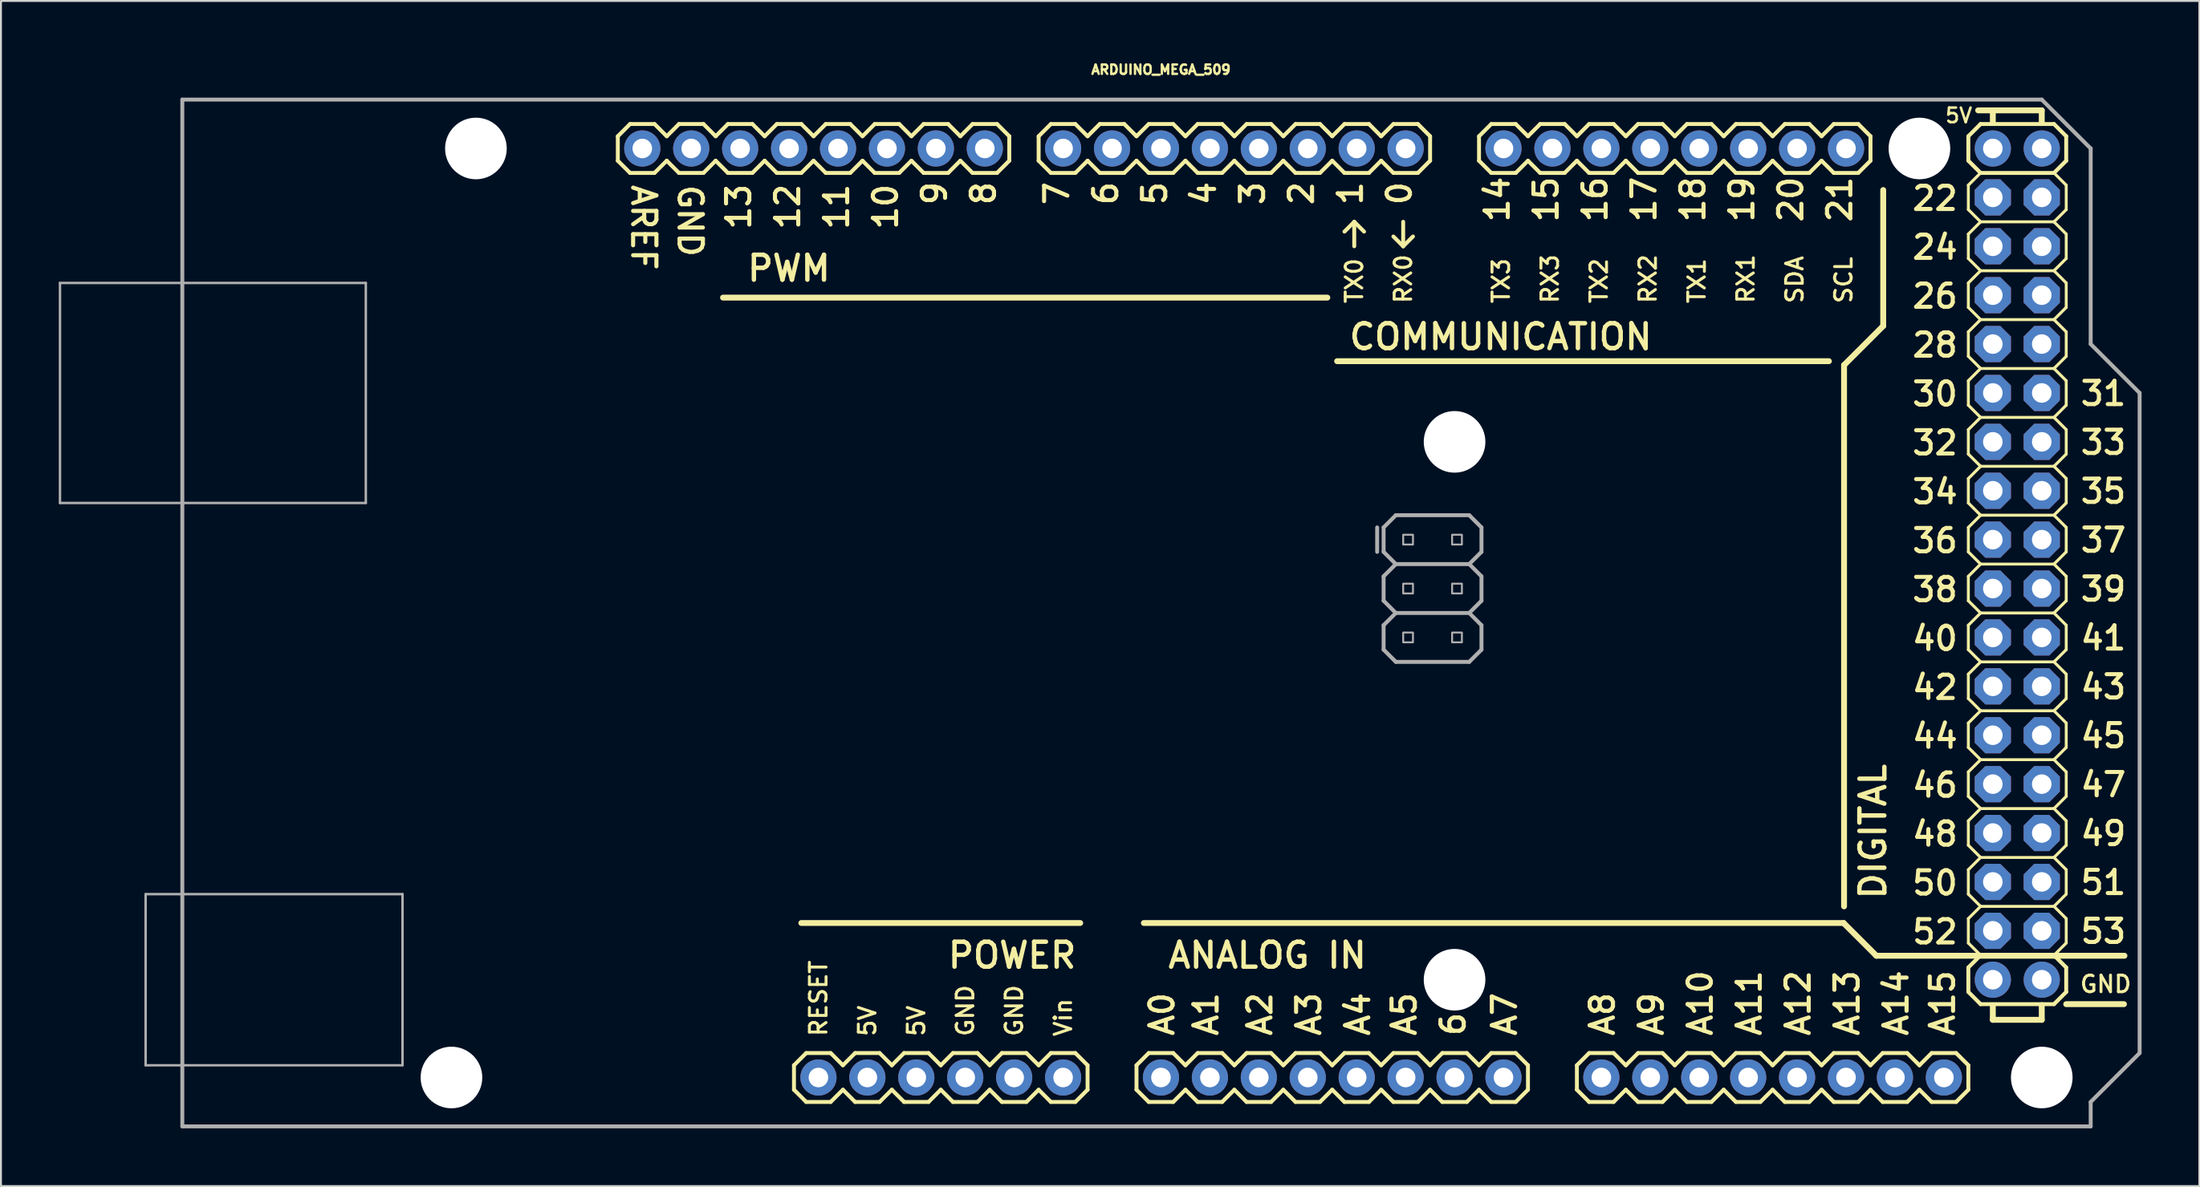
<source format=kicad_pcb>
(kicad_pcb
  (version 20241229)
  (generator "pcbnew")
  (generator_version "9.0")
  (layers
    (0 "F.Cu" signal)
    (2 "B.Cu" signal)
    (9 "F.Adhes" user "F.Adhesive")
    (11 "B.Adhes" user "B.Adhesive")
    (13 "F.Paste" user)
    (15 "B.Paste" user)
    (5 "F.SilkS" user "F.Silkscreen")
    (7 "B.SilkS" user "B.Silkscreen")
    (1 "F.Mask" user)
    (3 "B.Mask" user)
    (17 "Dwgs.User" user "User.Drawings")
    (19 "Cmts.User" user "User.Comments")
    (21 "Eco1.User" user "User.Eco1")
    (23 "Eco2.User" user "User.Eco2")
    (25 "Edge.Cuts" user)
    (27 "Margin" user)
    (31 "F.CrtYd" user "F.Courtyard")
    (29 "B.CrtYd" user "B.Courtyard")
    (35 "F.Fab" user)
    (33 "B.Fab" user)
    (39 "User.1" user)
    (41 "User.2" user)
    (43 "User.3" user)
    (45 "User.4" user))
  (footprint "ARDUINO_MEGA_509"
    (layer "F.Cu")
    (at 55.944 28.793)
    (property "Reference" "ARDUINO_MEGA_509" (at 1.27 -27.94 0) (unlocked yes) (layer "F.SilkS") (effects (font (size 0.488 0.488) (thickness 0.122)) (justify bottom)))
    (fp_line (start -26.924 -24.765) (end -26.924 -23.495) (stroke (width 0.203) (type solid)) (layer "F.SilkS"))
    (fp_line (start -26.924 -23.495) (end -26.289 -22.86) (stroke (width 0.203) (type solid)) (layer "F.SilkS"))
    (fp_line (start -26.289 -25.4) (end -26.924 -24.765) (stroke (width 0.203) (type solid)) (layer "F.SilkS"))
    (fp_line (start -26.289 -25.4) (end -25.019 -25.4) (stroke (width 0.203) (type solid)) (layer "F.SilkS"))
    (fp_line (start -25.019 -25.4) (end -24.384 -24.765) (stroke (width 0.203) (type solid)) (layer "F.SilkS"))
    (fp_line (start -25.019 -22.86) (end -26.289 -22.86) (stroke (width 0.203) (type solid)) (layer "F.SilkS"))
    (fp_line (start -24.384 -24.765) (end -23.749 -25.4) (stroke (width 0.203) (type solid)) (layer "F.SilkS"))
    (fp_line (start -24.384 -23.495) (end -25.019 -22.86) (stroke (width 0.203) (type solid)) (layer "F.SilkS"))
    (fp_line (start -23.749 -25.4) (end -22.479 -25.4) (stroke (width 0.203) (type solid)) (layer "F.SilkS"))
    (fp_line (start -23.749 -22.86) (end -24.384 -23.495) (stroke (width 0.203) (type solid)) (layer "F.SilkS"))
    (fp_line (start -22.479 -25.4) (end -21.844 -24.765) (stroke (width 0.203) (type solid)) (layer "F.SilkS"))
    (fp_line (start -22.479 -22.86) (end -23.749 -22.86) (stroke (width 0.203) (type solid)) (layer "F.SilkS"))
    (fp_line (start -21.844 -24.765) (end -21.209 -25.4) (stroke (width 0.203) (type solid)) (layer "F.SilkS"))
    (fp_line (start -21.844 -23.495) (end -22.479 -22.86) (stroke (width 0.203) (type solid)) (layer "F.SilkS"))
    (fp_line (start -21.209 -25.4) (end -19.939 -25.4) (stroke (width 0.203) (type solid)) (layer "F.SilkS"))
    (fp_line (start -21.209 -22.86) (end -21.844 -23.495) (stroke (width 0.203) (type solid)) (layer "F.SilkS"))
    (fp_line (start -19.939 -25.4) (end -19.304 -24.765) (stroke (width 0.203) (type solid)) (layer "F.SilkS"))
    (fp_line (start -19.939 -22.86) (end -21.209 -22.86) (stroke (width 0.203) (type solid)) (layer "F.SilkS"))
    (fp_line (start -19.304 -23.495) (end -19.939 -22.86) (stroke (width 0.203) (type solid)) (layer "F.SilkS"))
    (fp_line (start -19.304 -23.495) (end -18.669 -22.86) (stroke (width 0.203) (type solid)) (layer "F.SilkS"))
    (fp_line (start -18.669 -25.4) (end -19.304 -24.765) (stroke (width 0.203) (type solid)) (layer "F.SilkS"))
    (fp_line (start -18.669 -25.4) (end -17.399 -25.4) (stroke (width 0.203) (type solid)) (layer "F.SilkS"))
    (fp_line (start -17.78 23.495) (end -17.78 24.765) (stroke (width 0.203) (type solid)) (layer "F.SilkS"))
    (fp_line (start -17.78 24.765) (end -17.145 25.4) (stroke (width 0.203) (type solid)) (layer "F.SilkS"))
    (fp_line (start -17.399 -25.4) (end -16.764 -24.765) (stroke (width 0.203) (type solid)) (layer "F.SilkS"))
    (fp_line (start -17.399 -22.86) (end -18.669 -22.86) (stroke (width 0.203) (type solid)) (layer "F.SilkS"))
    (fp_line (start -17.145 22.86) (end -17.78 23.495) (stroke (width 0.203) (type solid)) (layer "F.SilkS"))
    (fp_line (start -17.145 22.86) (end -15.875 22.86) (stroke (width 0.203) (type solid)) (layer "F.SilkS"))
    (fp_line (start -16.764 -24.765) (end -16.129 -25.4) (stroke (width 0.203) (type solid)) (layer "F.SilkS"))
    (fp_line (start -16.764 -23.495) (end -17.399 -22.86) (stroke (width 0.203) (type solid)) (layer "F.SilkS"))
    (fp_line (start -16.129 -25.4) (end -14.859 -25.4) (stroke (width 0.203) (type solid)) (layer "F.SilkS"))
    (fp_line (start -16.129 -22.86) (end -16.764 -23.495) (stroke (width 0.203) (type solid)) (layer "F.SilkS"))
    (fp_line (start -15.875 22.86) (end -15.24 23.495) (stroke (width 0.203) (type solid)) (layer "F.SilkS"))
    (fp_line (start -15.875 25.4) (end -17.145 25.4) (stroke (width 0.203) (type solid)) (layer "F.SilkS"))
    (fp_line (start -15.24 23.495) (end -14.605 22.86) (stroke (width 0.203) (type solid)) (layer "F.SilkS"))
    (fp_line (start -15.24 24.765) (end -15.875 25.4) (stroke (width 0.203) (type solid)) (layer "F.SilkS"))
    (fp_line (start -14.859 -25.4) (end -14.224 -24.765) (stroke (width 0.203) (type solid)) (layer "F.SilkS"))
    (fp_line (start -14.859 -22.86) (end -16.129 -22.86) (stroke (width 0.203) (type solid)) (layer "F.SilkS"))
    (fp_line (start -14.605 22.86) (end -13.335 22.86) (stroke (width 0.203) (type solid)) (layer "F.SilkS"))
    (fp_line (start -14.605 25.4) (end -15.24 24.765) (stroke (width 0.203) (type solid)) (layer "F.SilkS"))
    (fp_line (start -14.224 -24.765) (end -13.589 -25.4) (stroke (width 0.203) (type solid)) (layer "F.SilkS"))
    (fp_line (start -14.224 -23.495) (end -14.859 -22.86) (stroke (width 0.203) (type solid)) (layer "F.SilkS"))
    (fp_line (start -13.589 -25.4) (end -12.319 -25.4) (stroke (width 0.203) (type solid)) (layer "F.SilkS"))
    (fp_line (start -13.589 -22.86) (end -14.224 -23.495) (stroke (width 0.203) (type solid)) (layer "F.SilkS"))
    (fp_line (start -13.335 22.86) (end -12.7 23.495) (stroke (width 0.203) (type solid)) (layer "F.SilkS"))
    (fp_line (start -13.335 25.4) (end -14.605 25.4) (stroke (width 0.203) (type solid)) (layer "F.SilkS"))
    (fp_line (start -12.7 23.495) (end -12.065 22.86) (stroke (width 0.203) (type solid)) (layer "F.SilkS"))
    (fp_line (start -12.7 24.765) (end -13.335 25.4) (stroke (width 0.203) (type solid)) (layer "F.SilkS"))
    (fp_line (start -12.319 -25.4) (end -11.684 -24.765) (stroke (width 0.203) (type solid)) (layer "F.SilkS"))
    (fp_line (start -12.319 -22.86) (end -13.589 -22.86) (stroke (width 0.203) (type solid)) (layer "F.SilkS"))
    (fp_line (start -12.065 22.86) (end -10.795 22.86) (stroke (width 0.203) (type solid)) (layer "F.SilkS"))
    (fp_line (start -12.065 25.4) (end -12.7 24.765) (stroke (width 0.203) (type solid)) (layer "F.SilkS"))
    (fp_line (start -11.684 -23.495) (end -12.319 -22.86) (stroke (width 0.203) (type solid)) (layer "F.SilkS"))
    (fp_line (start -11.684 -23.495) (end -11.049 -22.86) (stroke (width 0.203) (type solid)) (layer "F.SilkS"))
    (fp_line (start -11.049 -25.4) (end -11.684 -24.765) (stroke (width 0.203) (type solid)) (layer "F.SilkS"))
    (fp_line (start -11.049 -25.4) (end -9.779 -25.4) (stroke (width 0.203) (type solid)) (layer "F.SilkS"))
    (fp_line (start -10.795 22.86) (end -10.16 23.495) (stroke (width 0.203) (type solid)) (layer "F.SilkS"))
    (fp_line (start -10.795 25.4) (end -12.065 25.4) (stroke (width 0.203) (type solid)) (layer "F.SilkS"))
    (fp_line (start -10.16 24.765) (end -10.795 25.4) (stroke (width 0.203) (type solid)) (layer "F.SilkS"))
    (fp_line (start -10.16 24.765) (end -9.525 25.4) (stroke (width 0.203) (type solid)) (layer "F.SilkS"))
    (fp_line (start -9.779 -25.4) (end -9.144 -24.765) (stroke (width 0.203) (type solid)) (layer "F.SilkS"))
    (fp_line (start -9.779 -22.86) (end -11.049 -22.86) (stroke (width 0.203) (type solid)) (layer "F.SilkS"))
    (fp_line (start -9.525 22.86) (end -10.16 23.495) (stroke (width 0.203) (type solid)) (layer "F.SilkS"))
    (fp_line (start -9.525 22.86) (end -8.255 22.86) (stroke (width 0.203) (type solid)) (layer "F.SilkS"))
    (fp_line (start -9.144 -23.495) (end -9.779 -22.86) (stroke (width 0.203) (type solid)) (layer "F.SilkS"))
    (fp_line (start -9.144 -23.495) (end -8.509 -22.86) (stroke (width 0.203) (type solid)) (layer "F.SilkS"))
    (fp_line (start -8.509 -25.4) (end -9.144 -24.765) (stroke (width 0.203) (type solid)) (layer "F.SilkS"))
    (fp_line (start -8.509 -25.4) (end -7.239 -25.4) (stroke (width 0.203) (type solid)) (layer "F.SilkS"))
    (fp_line (start -8.255 22.86) (end -7.62 23.495) (stroke (width 0.203) (type solid)) (layer "F.SilkS"))
    (fp_line (start -8.255 25.4) (end -9.525 25.4) (stroke (width 0.203) (type solid)) (layer "F.SilkS"))
    (fp_line (start -7.62 23.495) (end -6.985 22.86) (stroke (width 0.203) (type solid)) (layer "F.SilkS"))
    (fp_line (start -7.62 24.765) (end -8.255 25.4) (stroke (width 0.203) (type solid)) (layer "F.SilkS"))
    (fp_line (start -7.239 -25.4) (end -6.604 -24.765) (stroke (width 0.203) (type solid)) (layer "F.SilkS"))
    (fp_line (start -7.239 -22.86) (end -8.509 -22.86) (stroke (width 0.203) (type solid)) (layer "F.SilkS"))
    (fp_line (start -6.985 22.86) (end -5.715 22.86) (stroke (width 0.203) (type solid)) (layer "F.SilkS"))
    (fp_line (start -6.985 25.4) (end -7.62 24.765) (stroke (width 0.203) (type solid)) (layer "F.SilkS"))
    (fp_line (start -6.604 -24.765) (end -6.604 -23.495) (stroke (width 0.203) (type solid)) (layer "F.SilkS"))
    (fp_line (start -6.604 -23.495) (end -7.239 -22.86) (stroke (width 0.203) (type solid)) (layer "F.SilkS"))
    (fp_line (start -5.715 22.86) (end -5.08 23.495) (stroke (width 0.203) (type solid)) (layer "F.SilkS"))
    (fp_line (start -5.715 25.4) (end -6.985 25.4) (stroke (width 0.203) (type solid)) (layer "F.SilkS"))
    (fp_line (start -5.08 -24.765) (end -5.08 -23.495) (stroke (width 0.203) (type solid)) (layer "F.SilkS"))
    (fp_line (start -5.08 -23.495) (end -4.445 -22.86) (stroke (width 0.203) (type solid)) (layer "F.SilkS"))
    (fp_line (start -5.08 23.495) (end -4.445 22.86) (stroke (width 0.203) (type solid)) (layer "F.SilkS"))
    (fp_line (start -5.08 24.765) (end -5.715 25.4) (stroke (width 0.203) (type solid)) (layer "F.SilkS"))
    (fp_line (start -4.445 -25.4) (end -5.08 -24.765) (stroke (width 0.203) (type solid)) (layer "F.SilkS"))
    (fp_line (start -4.445 -25.4) (end -3.175 -25.4) (stroke (width 0.203) (type solid)) (layer "F.SilkS"))
    (fp_line (start -4.445 22.86) (end -3.175 22.86) (stroke (width 0.203) (type solid)) (layer "F.SilkS"))
    (fp_line (start -4.445 25.4) (end -5.08 24.765) (stroke (width 0.203) (type solid)) (layer "F.SilkS"))
    (fp_line (start -3.175 -25.4) (end -2.54 -24.765) (stroke (width 0.203) (type solid)) (layer "F.SilkS"))
    (fp_line (start -3.175 -22.86) (end -4.445 -22.86) (stroke (width 0.203) (type solid)) (layer "F.SilkS"))
    (fp_line (start -3.175 22.86) (end -2.54 23.495) (stroke (width 0.203) (type solid)) (layer "F.SilkS"))
    (fp_line (start -3.175 25.4) (end -4.445 25.4) (stroke (width 0.203) (type solid)) (layer "F.SilkS"))
    (fp_line (start -2.921 16.104) (end -17.399 16.104) (stroke (width 0.305) (type solid)) (layer "F.SilkS"))
    (fp_line (start -2.54 -24.765) (end -1.905 -25.4) (stroke (width 0.203) (type solid)) (layer "F.SilkS"))
    (fp_line (start -2.54 -23.495) (end -3.175 -22.86) (stroke (width 0.203) (type solid)) (layer "F.SilkS"))
    (fp_line (start -2.54 23.495) (end -2.54 24.765) (stroke (width 0.203) (type solid)) (layer "F.SilkS"))
    (fp_line (start -2.54 24.765) (end -3.175 25.4) (stroke (width 0.203) (type solid)) (layer "F.SilkS"))
    (fp_line (start -1.905 -25.4) (end -0.635 -25.4) (stroke (width 0.203) (type solid)) (layer "F.SilkS"))
    (fp_line (start -1.905 -22.86) (end -2.54 -23.495) (stroke (width 0.203) (type solid)) (layer "F.SilkS"))
    (fp_line (start -0.635 -25.4) (end 0 -24.765) (stroke (width 0.203) (type solid)) (layer "F.SilkS"))
    (fp_line (start -0.635 -22.86) (end -1.905 -22.86) (stroke (width 0.203) (type solid)) (layer "F.SilkS"))
    (fp_line (start 0 -24.765) (end 0.635 -25.4) (stroke (width 0.203) (type solid)) (layer "F.SilkS"))
    (fp_line (start 0 -23.495) (end -0.635 -22.86) (stroke (width 0.203) (type solid)) (layer "F.SilkS"))
    (fp_line (start 0 23.495) (end 0 24.765) (stroke (width 0.203) (type solid)) (layer "F.SilkS"))
    (fp_line (start 0 24.765) (end 0.635 25.4) (stroke (width 0.203) (type solid)) (layer "F.SilkS"))
    (fp_line (start 0.635 -25.4) (end 1.905 -25.4) (stroke (width 0.203) (type solid)) (layer "F.SilkS"))
    (fp_line (start 0.635 -22.86) (end 0 -23.495) (stroke (width 0.203) (type solid)) (layer "F.SilkS"))
    (fp_line (start 0.635 22.86) (end 0 23.495) (stroke (width 0.203) (type solid)) (layer "F.SilkS"))
    (fp_line (start 0.635 22.86) (end 1.905 22.86) (stroke (width 0.203) (type solid)) (layer "F.SilkS"))
    (fp_line (start 1.905 -25.4) (end 2.54 -24.765) (stroke (width 0.203) (type solid)) (layer "F.SilkS"))
    (fp_line (start 1.905 -22.86) (end 0.635 -22.86) (stroke (width 0.203) (type solid)) (layer "F.SilkS"))
    (fp_line (start 1.905 22.86) (end 2.54 23.495) (stroke (width 0.203) (type solid)) (layer "F.SilkS"))
    (fp_line (start 1.905 25.4) (end 0.635 25.4) (stroke (width 0.203) (type solid)) (layer "F.SilkS"))
    (fp_line (start 2.54 -23.495) (end 1.905 -22.86) (stroke (width 0.203) (type solid)) (layer "F.SilkS"))
    (fp_line (start 2.54 -23.495) (end 3.175 -22.86) (stroke (width 0.203) (type solid)) (layer "F.SilkS"))
    (fp_line (start 2.54 23.495) (end 3.175 22.86) (stroke (width 0.203) (type solid)) (layer "F.SilkS"))
    (fp_line (start 2.54 24.765) (end 1.905 25.4) (stroke (width 0.203) (type solid)) (layer "F.SilkS"))
    (fp_line (start 3.175 -25.4) (end 2.54 -24.765) (stroke (width 0.203) (type solid)) (layer "F.SilkS"))
    (fp_line (start 3.175 -25.4) (end 4.445 -25.4) (stroke (width 0.203) (type solid)) (layer "F.SilkS"))
    (fp_line (start 3.175 22.86) (end 4.445 22.86) (stroke (width 0.203) (type solid)) (layer "F.SilkS"))
    (fp_line (start 3.175 25.4) (end 2.54 24.765) (stroke (width 0.203) (type solid)) (layer "F.SilkS"))
    (fp_line (start 4.445 -25.4) (end 5.08 -24.765) (stroke (width 0.203) (type solid)) (layer "F.SilkS"))
    (fp_line (start 4.445 -22.86) (end 3.175 -22.86) (stroke (width 0.203) (type solid)) (layer "F.SilkS"))
    (fp_line (start 4.445 22.86) (end 5.08 23.495) (stroke (width 0.203) (type solid)) (layer "F.SilkS"))
    (fp_line (start 4.445 25.4) (end 3.175 25.4) (stroke (width 0.203) (type solid)) (layer "F.SilkS"))
    (fp_line (start 5.08 -24.765) (end 5.715 -25.4) (stroke (width 0.203) (type solid)) (layer "F.SilkS"))
    (fp_line (start 5.08 -23.495) (end 4.445 -22.86) (stroke (width 0.203) (type solid)) (layer "F.SilkS"))
    (fp_line (start 5.08 23.495) (end 5.715 22.86) (stroke (width 0.203) (type solid)) (layer "F.SilkS"))
    (fp_line (start 5.08 24.765) (end 4.445 25.4) (stroke (width 0.203) (type solid)) (layer "F.SilkS"))
    (fp_line (start 5.715 -25.4) (end 6.985 -25.4) (stroke (width 0.203) (type solid)) (layer "F.SilkS"))
    (fp_line (start 5.715 -22.86) (end 5.08 -23.495) (stroke (width 0.203) (type solid)) (layer "F.SilkS"))
    (fp_line (start 5.715 22.86) (end 6.985 22.86) (stroke (width 0.203) (type solid)) (layer "F.SilkS"))
    (fp_line (start 5.715 25.4) (end 5.08 24.765) (stroke (width 0.203) (type solid)) (layer "F.SilkS"))
    (fp_line (start 6.985 -25.4) (end 7.62 -24.765) (stroke (width 0.203) (type solid)) (layer "F.SilkS"))
    (fp_line (start 6.985 -22.86) (end 5.715 -22.86) (stroke (width 0.203) (type solid)) (layer "F.SilkS"))
    (fp_line (start 6.985 22.86) (end 7.62 23.495) (stroke (width 0.203) (type solid)) (layer "F.SilkS"))
    (fp_line (start 6.985 25.4) (end 5.715 25.4) (stroke (width 0.203) (type solid)) (layer "F.SilkS"))
    (fp_line (start 7.62 -24.765) (end 8.255 -25.4) (stroke (width 0.203) (type solid)) (layer "F.SilkS"))
    (fp_line (start 7.62 -23.495) (end 6.985 -22.86) (stroke (width 0.203) (type solid)) (layer "F.SilkS"))
    (fp_line (start 7.62 24.765) (end 6.985 25.4) (stroke (width 0.203) (type solid)) (layer "F.SilkS"))
    (fp_line (start 7.62 24.765) (end 8.255 25.4) (stroke (width 0.203) (type solid)) (layer "F.SilkS"))
    (fp_line (start 8.255 -25.4) (end 9.525 -25.4) (stroke (width 0.203) (type solid)) (layer "F.SilkS"))
    (fp_line (start 8.255 -22.86) (end 7.62 -23.495) (stroke (width 0.203) (type solid)) (layer "F.SilkS"))
    (fp_line (start 8.255 22.86) (end 7.62 23.495) (stroke (width 0.203) (type solid)) (layer "F.SilkS"))
    (fp_line (start 8.255 22.86) (end 9.525 22.86) (stroke (width 0.203) (type solid)) (layer "F.SilkS"))
    (fp_line (start 9.525 -25.4) (end 10.16 -24.765) (stroke (width 0.203) (type solid)) (layer "F.SilkS"))
    (fp_line (start 9.525 -22.86) (end 8.255 -22.86) (stroke (width 0.203) (type solid)) (layer "F.SilkS"))
    (fp_line (start 9.525 22.86) (end 10.16 23.495) (stroke (width 0.203) (type solid)) (layer "F.SilkS"))
    (fp_line (start 9.525 25.4) (end 8.255 25.4) (stroke (width 0.203) (type solid)) (layer "F.SilkS"))
    (fp_line (start 9.906 -16.383) (end -21.463 -16.383) (stroke (width 0.305) (type solid)) (layer "F.SilkS"))
    (fp_line (start 10.16 -23.495) (end 9.525 -22.86) (stroke (width 0.203) (type solid)) (layer "F.SilkS"))
    (fp_line (start 10.16 -23.495) (end 10.795 -22.86) (stroke (width 0.203) (type solid)) (layer "F.SilkS"))
    (fp_line (start 10.16 23.495) (end 10.795 22.86) (stroke (width 0.203) (type solid)) (layer "F.SilkS"))
    (fp_line (start 10.16 24.765) (end 9.525 25.4) (stroke (width 0.203) (type solid)) (layer "F.SilkS"))
    (fp_line (start 10.414 -13.081) (end 35.941 -13.081) (stroke (width 0.305) (type solid)) (layer "F.SilkS"))
    (fp_line (start 10.795 -25.4) (end 10.16 -24.765) (stroke (width 0.203) (type solid)) (layer "F.SilkS"))
    (fp_line (start 10.795 -25.4) (end 12.065 -25.4) (stroke (width 0.203) (type solid)) (layer "F.SilkS"))
    (fp_line (start 10.795 -19.812) (end 11.303 -20.32) (stroke (width 0.203) (type solid)) (layer "F.SilkS"))
    (fp_line (start 10.795 22.86) (end 12.065 22.86) (stroke (width 0.203) (type solid)) (layer "F.SilkS"))
    (fp_line (start 10.795 25.4) (end 10.16 24.765) (stroke (width 0.203) (type solid)) (layer "F.SilkS"))
    (fp_line (start 11.303 -20.32) (end 11.811 -19.812) (stroke (width 0.203) (type solid)) (layer "F.SilkS"))
    (fp_line (start 11.303 -19.05) (end 11.303 -20.32) (stroke (width 0.203) (type solid)) (layer "F.SilkS"))
    (fp_line (start 12.065 -25.4) (end 12.7 -24.765) (stroke (width 0.203) (type solid)) (layer "F.SilkS"))
    (fp_line (start 12.065 -22.86) (end 10.795 -22.86) (stroke (width 0.203) (type solid)) (layer "F.SilkS"))
    (fp_line (start 12.065 22.86) (end 12.7 23.495) (stroke (width 0.203) (type solid)) (layer "F.SilkS"))
    (fp_line (start 12.065 25.4) (end 10.795 25.4) (stroke (width 0.203) (type solid)) (layer "F.SilkS"))
    (fp_line (start 12.7 -23.495) (end 12.065 -22.86) (stroke (width 0.203) (type solid)) (layer "F.SilkS"))
    (fp_line (start 12.7 -23.495) (end 13.335 -22.86) (stroke (width 0.203) (type solid)) (layer "F.SilkS"))
    (fp_line (start 12.7 23.495) (end 13.335 22.86) (stroke (width 0.203) (type solid)) (layer "F.SilkS"))
    (fp_line (start 12.7 24.765) (end 12.065 25.4) (stroke (width 0.203) (type solid)) (layer "F.SilkS"))
    (fp_line (start 13.335 -25.4) (end 12.7 -24.765) (stroke (width 0.203) (type solid)) (layer "F.SilkS"))
    (fp_line (start 13.335 -25.4) (end 14.605 -25.4) (stroke (width 0.203) (type solid)) (layer "F.SilkS"))
    (fp_line (start 13.335 22.86) (end 14.605 22.86) (stroke (width 0.203) (type solid)) (layer "F.SilkS"))
    (fp_line (start 13.335 25.4) (end 12.7 24.765) (stroke (width 0.203) (type solid)) (layer "F.SilkS"))
    (fp_line (start 13.843 -20.32) (end 13.843 -19.05) (stroke (width 0.203) (type solid)) (layer "F.SilkS"))
    (fp_line (start 13.843 -19.05) (end 13.335 -19.558) (stroke (width 0.203) (type solid)) (layer "F.SilkS"))
    (fp_line (start 14.351 -19.558) (end 13.843 -19.05) (stroke (width 0.203) (type solid)) (layer "F.SilkS"))
    (fp_line (start 14.605 -25.4) (end 15.24 -24.765) (stroke (width 0.203) (type solid)) (layer "F.SilkS"))
    (fp_line (start 14.605 -22.86) (end 13.335 -22.86) (stroke (width 0.203) (type solid)) (layer "F.SilkS"))
    (fp_line (start 14.605 22.86) (end 15.24 23.495) (stroke (width 0.203) (type solid)) (layer "F.SilkS"))
    (fp_line (start 14.605 25.4) (end 13.335 25.4) (stroke (width 0.203) (type solid)) (layer "F.SilkS"))
    (fp_line (start 15.24 -24.765) (end 15.24 -23.495) (stroke (width 0.203) (type solid)) (layer "F.SilkS"))
    (fp_line (start 15.24 -23.495) (end 14.605 -22.86) (stroke (width 0.203) (type solid)) (layer "F.SilkS"))
    (fp_line (start 15.24 24.765) (end 14.605 25.4) (stroke (width 0.203) (type solid)) (layer "F.SilkS"))
    (fp_line (start 15.24 24.765) (end 15.875 25.4) (stroke (width 0.203) (type solid)) (layer "F.SilkS"))
    (fp_line (start 15.875 22.86) (end 15.24 23.495) (stroke (width 0.203) (type solid)) (layer "F.SilkS"))
    (fp_line (start 15.875 22.86) (end 17.145 22.86) (stroke (width 0.203) (type solid)) (layer "F.SilkS"))
    (fp_line (start 17.145 22.86) (end 17.78 23.495) (stroke (width 0.203) (type solid)) (layer "F.SilkS"))
    (fp_line (start 17.145 25.4) (end 15.875 25.4) (stroke (width 0.203) (type solid)) (layer "F.SilkS"))
    (fp_line (start 17.78 -24.765) (end 17.78 -23.495) (stroke (width 0.203) (type solid)) (layer "F.SilkS"))
    (fp_line (start 17.78 -23.495) (end 18.415 -22.86) (stroke (width 0.203) (type solid)) (layer "F.SilkS"))
    (fp_line (start 17.78 24.765) (end 17.145 25.4) (stroke (width 0.203) (type solid)) (layer "F.SilkS"))
    (fp_line (start 17.78 24.765) (end 18.415 25.4) (stroke (width 0.203) (type solid)) (layer "F.SilkS"))
    (fp_line (start 18.415 -25.4) (end 17.78 -24.765) (stroke (width 0.203) (type solid)) (layer "F.SilkS"))
    (fp_line (start 18.415 -25.4) (end 19.685 -25.4) (stroke (width 0.203) (type solid)) (layer "F.SilkS"))
    (fp_line (start 18.415 22.86) (end 17.78 23.495) (stroke (width 0.203) (type solid)) (layer "F.SilkS"))
    (fp_line (start 18.415 22.86) (end 19.685 22.86) (stroke (width 0.203) (type solid)) (layer "F.SilkS"))
    (fp_line (start 19.685 -25.4) (end 20.32 -24.765) (stroke (width 0.203) (type solid)) (layer "F.SilkS"))
    (fp_line (start 19.685 -22.86) (end 18.415 -22.86) (stroke (width 0.203) (type solid)) (layer "F.SilkS"))
    (fp_line (start 19.685 22.86) (end 20.32 23.495) (stroke (width 0.203) (type solid)) (layer "F.SilkS"))
    (fp_line (start 19.685 25.4) (end 18.415 25.4) (stroke (width 0.203) (type solid)) (layer "F.SilkS"))
    (fp_line (start 20.32 -24.765) (end 20.955 -25.4) (stroke (width 0.203) (type solid)) (layer "F.SilkS"))
    (fp_line (start 20.32 -23.495) (end 19.685 -22.86) (stroke (width 0.203) (type solid)) (layer "F.SilkS"))
    (fp_line (start 20.32 23.495) (end 20.32 24.765) (stroke (width 0.203) (type solid)) (layer "F.SilkS"))
    (fp_line (start 20.32 24.765) (end 19.685 25.4) (stroke (width 0.203) (type solid)) (layer "F.SilkS"))
    (fp_line (start 20.955 -25.4) (end 22.225 -25.4) (stroke (width 0.203) (type solid)) (layer "F.SilkS"))
    (fp_line (start 20.955 -22.86) (end 20.32 -23.495) (stroke (width 0.203) (type solid)) (layer "F.SilkS"))
    (fp_line (start 22.225 -25.4) (end 22.86 -24.765) (stroke (width 0.203) (type solid)) (layer "F.SilkS"))
    (fp_line (start 22.225 -22.86) (end 20.955 -22.86) (stroke (width 0.203) (type solid)) (layer "F.SilkS"))
    (fp_line (start 22.86 -24.765) (end 23.495 -25.4) (stroke (width 0.203) (type solid)) (layer "F.SilkS"))
    (fp_line (start 22.86 -23.495) (end 22.225 -22.86) (stroke (width 0.203) (type solid)) (layer "F.SilkS"))
    (fp_line (start 22.86 23.495) (end 22.86 24.765) (stroke (width 0.203) (type solid)) (layer "F.SilkS"))
    (fp_line (start 22.86 24.765) (end 23.495 25.4) (stroke (width 0.203) (type solid)) (layer "F.SilkS"))
    (fp_line (start 23.495 -25.4) (end 24.765 -25.4) (stroke (width 0.203) (type solid)) (layer "F.SilkS"))
    (fp_line (start 23.495 -22.86) (end 22.86 -23.495) (stroke (width 0.203) (type solid)) (layer "F.SilkS"))
    (fp_line (start 23.495 22.86) (end 22.86 23.495) (stroke (width 0.203) (type solid)) (layer "F.SilkS"))
    (fp_line (start 23.495 22.86) (end 24.765 22.86) (stroke (width 0.203) (type solid)) (layer "F.SilkS"))
    (fp_line (start 24.765 -25.4) (end 25.4 -24.765) (stroke (width 0.203) (type solid)) (layer "F.SilkS"))
    (fp_line (start 24.765 -22.86) (end 23.495 -22.86) (stroke (width 0.203) (type solid)) (layer "F.SilkS"))
    (fp_line (start 24.765 22.86) (end 25.4 23.495) (stroke (width 0.203) (type solid)) (layer "F.SilkS"))
    (fp_line (start 24.765 25.4) (end 23.495 25.4) (stroke (width 0.203) (type solid)) (layer "F.SilkS"))
    (fp_line (start 25.4 -23.495) (end 24.765 -22.86) (stroke (width 0.203) (type solid)) (layer "F.SilkS"))
    (fp_line (start 25.4 -23.495) (end 26.035 -22.86) (stroke (width 0.203) (type solid)) (layer "F.SilkS"))
    (fp_line (start 25.4 23.495) (end 26.035 22.86) (stroke (width 0.203) (type solid)) (layer "F.SilkS"))
    (fp_line (start 25.4 24.765) (end 24.765 25.4) (stroke (width 0.203) (type solid)) (layer "F.SilkS"))
    (fp_line (start 26.035 -25.4) (end 25.4 -24.765) (stroke (width 0.203) (type solid)) (layer "F.SilkS"))
    (fp_line (start 26.035 -25.4) (end 27.305 -25.4) (stroke (width 0.203) (type solid)) (layer "F.SilkS"))
    (fp_line (start 26.035 22.86) (end 27.305 22.86) (stroke (width 0.203) (type solid)) (layer "F.SilkS"))
    (fp_line (start 26.035 25.4) (end 25.4 24.765) (stroke (width 0.203) (type solid)) (layer "F.SilkS"))
    (fp_line (start 27.305 -25.4) (end 27.94 -24.765) (stroke (width 0.203) (type solid)) (layer "F.SilkS"))
    (fp_line (start 27.305 -22.86) (end 26.035 -22.86) (stroke (width 0.203) (type solid)) (layer "F.SilkS"))
    (fp_line (start 27.305 22.86) (end 27.94 23.495) (stroke (width 0.203) (type solid)) (layer "F.SilkS"))
    (fp_line (start 27.305 25.4) (end 26.035 25.4) (stroke (width 0.203) (type solid)) (layer "F.SilkS"))
    (fp_line (start 27.94 -24.765) (end 28.575 -25.4) (stroke (width 0.203) (type solid)) (layer "F.SilkS"))
    (fp_line (start 27.94 -23.495) (end 27.305 -22.86) (stroke (width 0.203) (type solid)) (layer "F.SilkS"))
    (fp_line (start 27.94 23.495) (end 28.575 22.86) (stroke (width 0.203) (type solid)) (layer "F.SilkS"))
    (fp_line (start 27.94 24.765) (end 27.305 25.4) (stroke (width 0.203) (type solid)) (layer "F.SilkS"))
    (fp_line (start 28.575 -25.4) (end 29.845 -25.4) (stroke (width 0.203) (type solid)) (layer "F.SilkS"))
    (fp_line (start 28.575 -22.86) (end 27.94 -23.495) (stroke (width 0.203) (type solid)) (layer "F.SilkS"))
    (fp_line (start 28.575 22.86) (end 29.845 22.86) (stroke (width 0.203) (type solid)) (layer "F.SilkS"))
    (fp_line (start 28.575 25.4) (end 27.94 24.765) (stroke (width 0.203) (type solid)) (layer "F.SilkS"))
    (fp_line (start 29.845 -25.4) (end 30.48 -24.765) (stroke (width 0.203) (type solid)) (layer "F.SilkS"))
    (fp_line (start 29.845 -22.86) (end 28.575 -22.86) (stroke (width 0.203) (type solid)) (layer "F.SilkS"))
    (fp_line (start 29.845 22.86) (end 30.48 23.495) (stroke (width 0.203) (type solid)) (layer "F.SilkS"))
    (fp_line (start 29.845 25.4) (end 28.575 25.4) (stroke (width 0.203) (type solid)) (layer "F.SilkS"))
    (fp_line (start 30.48 -24.765) (end 31.115 -25.4) (stroke (width 0.203) (type solid)) (layer "F.SilkS"))
    (fp_line (start 30.48 -23.495) (end 29.845 -22.86) (stroke (width 0.203) (type solid)) (layer "F.SilkS"))
    (fp_line (start 30.48 24.765) (end 29.845 25.4) (stroke (width 0.203) (type solid)) (layer "F.SilkS"))
    (fp_line (start 30.48 24.765) (end 31.115 25.4) (stroke (width 0.203) (type solid)) (layer "F.SilkS"))
    (fp_line (start 31.115 -25.4) (end 32.385 -25.4) (stroke (width 0.203) (type solid)) (layer "F.SilkS"))
    (fp_line (start 31.115 -22.86) (end 30.48 -23.495) (stroke (width 0.203) (type solid)) (layer "F.SilkS"))
    (fp_line (start 31.115 22.86) (end 30.48 23.495) (stroke (width 0.203) (type solid)) (layer "F.SilkS"))
    (fp_line (start 31.115 22.86) (end 32.385 22.86) (stroke (width 0.203) (type solid)) (layer "F.SilkS"))
    (fp_line (start 32.385 -25.4) (end 33.02 -24.765) (stroke (width 0.203) (type solid)) (layer "F.SilkS"))
    (fp_line (start 32.385 -22.86) (end 31.115 -22.86) (stroke (width 0.203) (type solid)) (layer "F.SilkS"))
    (fp_line (start 32.385 22.86) (end 33.02 23.495) (stroke (width 0.203) (type solid)) (layer "F.SilkS"))
    (fp_line (start 32.385 25.4) (end 31.115 25.4) (stroke (width 0.203) (type solid)) (layer "F.SilkS"))
    (fp_line (start 33.02 -23.495) (end 32.385 -22.86) (stroke (width 0.203) (type solid)) (layer "F.SilkS"))
    (fp_line (start 33.02 -23.495) (end 33.655 -22.86) (stroke (width 0.203) (type solid)) (layer "F.SilkS"))
    (fp_line (start 33.02 23.495) (end 33.655 22.86) (stroke (width 0.203) (type solid)) (layer "F.SilkS"))
    (fp_line (start 33.02 24.765) (end 32.385 25.4) (stroke (width 0.203) (type solid)) (layer "F.SilkS"))
    (fp_line (start 33.655 -25.4) (end 33.02 -24.765) (stroke (width 0.203) (type solid)) (layer "F.SilkS"))
    (fp_line (start 33.655 -25.4) (end 34.925 -25.4) (stroke (width 0.203) (type solid)) (layer "F.SilkS"))
    (fp_line (start 33.655 22.86) (end 34.925 22.86) (stroke (width 0.203) (type solid)) (layer "F.SilkS"))
    (fp_line (start 33.655 25.4) (end 33.02 24.765) (stroke (width 0.203) (type solid)) (layer "F.SilkS"))
    (fp_line (start 34.925 -25.4) (end 35.56 -24.765) (stroke (width 0.203) (type solid)) (layer "F.SilkS"))
    (fp_line (start 34.925 -22.86) (end 33.655 -22.86) (stroke (width 0.203) (type solid)) (layer "F.SilkS"))
    (fp_line (start 34.925 22.86) (end 35.56 23.495) (stroke (width 0.203) (type solid)) (layer "F.SilkS"))
    (fp_line (start 34.925 25.4) (end 33.655 25.4) (stroke (width 0.203) (type solid)) (layer "F.SilkS"))
    (fp_line (start 35.56 -23.495) (end 34.925 -22.86) (stroke (width 0.203) (type solid)) (layer "F.SilkS"))
    (fp_line (start 35.56 -23.495) (end 36.195 -22.86) (stroke (width 0.203) (type solid)) (layer "F.SilkS"))
    (fp_line (start 35.56 23.495) (end 36.195 22.86) (stroke (width 0.203) (type solid)) (layer "F.SilkS"))
    (fp_line (start 35.56 24.765) (end 34.925 25.4) (stroke (width 0.203) (type solid)) (layer "F.SilkS"))
    (fp_line (start 36.195 -25.4) (end 35.56 -24.765) (stroke (width 0.203) (type solid)) (layer "F.SilkS"))
    (fp_line (start 36.195 -25.4) (end 37.465 -25.4) (stroke (width 0.203) (type solid)) (layer "F.SilkS"))
    (fp_line (start 36.195 22.86) (end 37.465 22.86) (stroke (width 0.203) (type solid)) (layer "F.SilkS"))
    (fp_line (start 36.195 25.4) (end 35.56 24.765) (stroke (width 0.203) (type solid)) (layer "F.SilkS"))
    (fp_line (start 36.703 16.104) (end 0.381 16.104) (stroke (width 0.305) (type solid)) (layer "F.SilkS"))
    (fp_line (start 36.703 16.104) (end 38.405 17.805) (stroke (width 0.305) (type solid)) (layer "F.SilkS"))
    (fp_line (start 36.728 -12.878) (end 36.728 15.24) (stroke (width 0.305) (type solid)) (layer "F.SilkS"))
    (fp_line (start 36.728 -12.878) (end 38.76 -14.91) (stroke (width 0.305) (type solid)) (layer "F.SilkS"))
    (fp_line (start 37.465 -25.4) (end 38.1 -24.765) (stroke (width 0.203) (type solid)) (layer "F.SilkS"))
    (fp_line (start 37.465 -22.86) (end 36.195 -22.86) (stroke (width 0.203) (type solid)) (layer "F.SilkS"))
    (fp_line (start 37.465 22.86) (end 38.1 23.495) (stroke (width 0.203) (type solid)) (layer "F.SilkS"))
    (fp_line (start 37.465 25.4) (end 36.195 25.4) (stroke (width 0.203) (type solid)) (layer "F.SilkS"))
    (fp_line (start 38.1 -24.765) (end 38.1 -23.495) (stroke (width 0.203) (type solid)) (layer "F.SilkS"))
    (fp_line (start 38.1 -23.495) (end 37.465 -22.86) (stroke (width 0.203) (type solid)) (layer "F.SilkS"))
    (fp_line (start 38.1 24.765) (end 37.465 25.4) (stroke (width 0.203) (type solid)) (layer "F.SilkS"))
    (fp_line (start 38.1 24.765) (end 38.735 25.4) (stroke (width 0.203) (type solid)) (layer "F.SilkS"))
    (fp_line (start 38.405 17.805) (end 51.283 17.805) (stroke (width 0.305) (type solid)) (layer "F.SilkS"))
    (fp_line (start 38.735 22.86) (end 38.1 23.495) (stroke (width 0.203) (type solid)) (layer "F.SilkS"))
    (fp_line (start 38.735 22.86) (end 40.005 22.86) (stroke (width 0.203) (type solid)) (layer "F.SilkS"))
    (fp_line (start 38.76 -14.91) (end 38.76 -21.971) (stroke (width 0.305) (type solid)) (layer "F.SilkS"))
    (fp_line (start 40.005 22.86) (end 40.64 23.495) (stroke (width 0.203) (type solid)) (layer "F.SilkS"))
    (fp_line (start 40.005 25.4) (end 38.735 25.4) (stroke (width 0.203) (type solid)) (layer "F.SilkS"))
    (fp_line (start 40.64 24.765) (end 40.005 25.4) (stroke (width 0.203) (type solid)) (layer "F.SilkS"))
    (fp_line (start 40.64 24.765) (end 41.275 25.4) (stroke (width 0.203) (type solid)) (layer "F.SilkS"))
    (fp_line (start 41.275 22.86) (end 40.64 23.495) (stroke (width 0.203) (type solid)) (layer "F.SilkS"))
    (fp_line (start 41.275 22.86) (end 42.545 22.86) (stroke (width 0.203) (type solid)) (layer "F.SilkS"))
    (fp_line (start 42.545 22.86) (end 43.18 23.495) (stroke (width 0.203) (type solid)) (layer "F.SilkS"))
    (fp_line (start 42.545 25.4) (end 41.275 25.4) (stroke (width 0.203) (type solid)) (layer "F.SilkS"))
    (fp_line (start 43.18 -24.765) (end 43.18 -23.495) (stroke (width 0.203) (type solid)) (layer "F.SilkS"))
    (fp_line (start 43.18 -23.495) (end 43.815 -22.86) (stroke (width 0.203) (type solid)) (layer "F.SilkS"))
    (fp_line (start 43.18 -22.225) (end 43.815 -22.86) (stroke (width 0.152) (type solid)) (layer "F.SilkS"))
    (fp_line (start 43.18 -20.955) (end 43.18 -22.225) (stroke (width 0.152) (type solid)) (layer "F.SilkS"))
    (fp_line (start 43.18 -19.685) (end 43.815 -20.32) (stroke (width 0.152) (type solid)) (layer "F.SilkS"))
    (fp_line (start 43.18 -18.415) (end 43.18 -19.685) (stroke (width 0.152) (type solid)) (layer "F.SilkS"))
    (fp_line (start 43.18 -17.145) (end 43.815 -17.78) (stroke (width 0.152) (type solid)) (layer "F.SilkS"))
    (fp_line (start 43.18 -15.875) (end 43.18 -17.145) (stroke (width 0.152) (type solid)) (layer "F.SilkS"))
    (fp_line (start 43.18 -14.605) (end 43.815 -15.24) (stroke (width 0.152) (type solid)) (layer "F.SilkS"))
    (fp_line (start 43.18 -13.335) (end 43.18 -14.605) (stroke (width 0.152) (type solid)) (layer "F.SilkS"))
    (fp_line (start 43.18 -12.065) (end 43.815 -12.7) (stroke (width 0.152) (type solid)) (layer "F.SilkS"))
    (fp_line (start 43.18 -10.795) (end 43.18 -12.065) (stroke (width 0.152) (type solid)) (layer "F.SilkS"))
    (fp_line (start 43.18 -9.525) (end 43.815 -10.16) (stroke (width 0.152) (type solid)) (layer "F.SilkS"))
    (fp_line (start 43.18 -8.255) (end 43.18 -9.525) (stroke (width 0.152) (type solid)) (layer "F.SilkS"))
    (fp_line (start 43.18 -6.985) (end 43.815 -7.62) (stroke (width 0.152) (type solid)) (layer "F.SilkS"))
    (fp_line (start 43.18 -5.715) (end 43.18 -6.985) (stroke (width 0.152) (type solid)) (layer "F.SilkS"))
    (fp_line (start 43.18 -4.445) (end 43.815 -5.08) (stroke (width 0.152) (type solid)) (layer "F.SilkS"))
    (fp_line (start 43.18 -3.175) (end 43.18 -4.445) (stroke (width 0.152) (type solid)) (layer "F.SilkS"))
    (fp_line (start 43.18 -1.905) (end 43.815 -2.54) (stroke (width 0.152) (type solid)) (layer "F.SilkS"))
    (fp_line (start 43.18 -0.635) (end 43.18 -1.905) (stroke (width 0.152) (type solid)) (layer "F.SilkS"))
    (fp_line (start 43.18 0.635) (end 43.815 0) (stroke (width 0.152) (type solid)) (layer "F.SilkS"))
    (fp_line (start 43.18 1.905) (end 43.18 0.635) (stroke (width 0.152) (type solid)) (layer "F.SilkS"))
    (fp_line (start 43.18 3.175) (end 43.815 2.54) (stroke (width 0.152) (type solid)) (layer "F.SilkS"))
    (fp_line (start 43.18 4.445) (end 43.18 3.175) (stroke (width 0.152) (type solid)) (layer "F.SilkS"))
    (fp_line (start 43.18 5.715) (end 43.815 5.08) (stroke (width 0.152) (type solid)) (layer "F.SilkS"))
    (fp_line (start 43.18 6.985) (end 43.18 5.715) (stroke (width 0.152) (type solid)) (layer "F.SilkS"))
    (fp_line (start 43.18 8.255) (end 43.815 7.62) (stroke (width 0.152) (type solid)) (layer "F.SilkS"))
    (fp_line (start 43.18 9.525) (end 43.18 8.255) (stroke (width 0.152) (type solid)) (layer "F.SilkS"))
    (fp_line (start 43.18 10.795) (end 43.815 10.16) (stroke (width 0.152) (type solid)) (layer "F.SilkS"))
    (fp_line (start 43.18 12.065) (end 43.18 10.795) (stroke (width 0.152) (type solid)) (layer "F.SilkS"))
    (fp_line (start 43.18 13.335) (end 43.815 12.7) (stroke (width 0.152) (type solid)) (layer "F.SilkS"))
    (fp_line (start 43.18 14.605) (end 43.18 13.335) (stroke (width 0.152) (type solid)) (layer "F.SilkS"))
    (fp_line (start 43.18 15.875) (end 43.815 15.24) (stroke (width 0.152) (type solid)) (layer "F.SilkS"))
    (fp_line (start 43.18 17.145) (end 43.18 15.875) (stroke (width 0.152) (type solid)) (layer "F.SilkS"))
    (fp_line (start 43.18 18.415) (end 43.18 19.685) (stroke (width 0.203) (type solid)) (layer "F.SilkS"))
    (fp_line (start 43.18 19.685) (end 43.815 20.32) (stroke (width 0.203) (type solid)) (layer "F.SilkS"))
    (fp_line (start 43.18 23.495) (end 43.18 24.765) (stroke (width 0.203) (type solid)) (layer "F.SilkS"))
    (fp_line (start 43.18 24.765) (end 42.545 25.4) (stroke (width 0.203) (type solid)) (layer "F.SilkS"))
    (fp_line (start 43.688 -26.111) (end 44.45 -26.111) (stroke (width 0.305) (type solid)) (layer "F.SilkS"))
    (fp_line (start 43.815 -25.4) (end 43.18 -24.765) (stroke (width 0.203) (type solid)) (layer "F.SilkS"))
    (fp_line (start 43.815 -25.4) (end 47.625 -25.4) (stroke (width 0.203) (type solid)) (layer "F.SilkS"))
    (fp_line (start 43.815 -20.32) (end 43.18 -20.955) (stroke (width 0.152) (type solid)) (layer "F.SilkS"))
    (fp_line (start 43.815 -20.32) (end 47.625 -20.32) (stroke (width 0.152) (type solid)) (layer "F.SilkS"))
    (fp_line (start 43.815 -17.78) (end 43.18 -18.415) (stroke (width 0.152) (type solid)) (layer "F.SilkS"))
    (fp_line (start 43.815 -17.78) (end 47.625 -17.78) (stroke (width 0.152) (type solid)) (layer "F.SilkS"))
    (fp_line (start 43.815 -15.24) (end 43.18 -15.875) (stroke (width 0.152) (type solid)) (layer "F.SilkS"))
    (fp_line (start 43.815 -15.24) (end 47.625 -15.24) (stroke (width 0.152) (type solid)) (layer "F.SilkS"))
    (fp_line (start 43.815 -12.7) (end 43.18 -13.335) (stroke (width 0.152) (type solid)) (layer "F.SilkS"))
    (fp_line (start 43.815 -12.7) (end 47.625 -12.7) (stroke (width 0.152) (type solid)) (layer "F.SilkS"))
    (fp_line (start 43.815 -10.16) (end 43.18 -10.795) (stroke (width 0.152) (type solid)) (layer "F.SilkS"))
    (fp_line (start 43.815 -10.16) (end 47.625 -10.16) (stroke (width 0.152) (type solid)) (layer "F.SilkS"))
    (fp_line (start 43.815 -7.62) (end 43.18 -8.255) (stroke (width 0.152) (type solid)) (layer "F.SilkS"))
    (fp_line (start 43.815 -7.62) (end 47.625 -7.62) (stroke (width 0.152) (type solid)) (layer "F.SilkS"))
    (fp_line (start 43.815 -5.08) (end 43.18 -5.715) (stroke (width 0.152) (type solid)) (layer "F.SilkS"))
    (fp_line (start 43.815 -5.08) (end 47.625 -5.08) (stroke (width 0.152) (type solid)) (layer "F.SilkS"))
    (fp_line (start 43.815 -2.54) (end 43.18 -3.175) (stroke (width 0.152) (type solid)) (layer "F.SilkS"))
    (fp_line (start 43.815 -2.54) (end 47.625 -2.54) (stroke (width 0.152) (type solid)) (layer "F.SilkS"))
    (fp_line (start 43.815 0) (end 43.18 -0.635) (stroke (width 0.152) (type solid)) (layer "F.SilkS"))
    (fp_line (start 43.815 0) (end 47.625 0) (stroke (width 0.152) (type solid)) (layer "F.SilkS"))
    (fp_line (start 43.815 2.54) (end 43.18 1.905) (stroke (width 0.152) (type solid)) (layer "F.SilkS"))
    (fp_line (start 43.815 2.54) (end 47.625 2.54) (stroke (width 0.152) (type solid)) (layer "F.SilkS"))
    (fp_line (start 43.815 5.08) (end 43.18 4.445) (stroke (width 0.152) (type solid)) (layer "F.SilkS"))
    (fp_line (start 43.815 5.08) (end 47.625 5.08) (stroke (width 0.152) (type solid)) (layer "F.SilkS"))
    (fp_line (start 43.815 7.62) (end 43.18 6.985) (stroke (width 0.152) (type solid)) (layer "F.SilkS"))
    (fp_line (start 43.815 7.62) (end 47.625 7.62) (stroke (width 0.152) (type solid)) (layer "F.SilkS"))
    (fp_line (start 43.815 10.16) (end 43.18 9.525) (stroke (width 0.152) (type solid)) (layer "F.SilkS"))
    (fp_line (start 43.815 10.16) (end 47.625 10.16) (stroke (width 0.152) (type solid)) (layer "F.SilkS"))
    (fp_line (start 43.815 12.7) (end 43.18 12.065) (stroke (width 0.152) (type solid)) (layer "F.SilkS"))
    (fp_line (start 43.815 12.7) (end 47.625 12.7) (stroke (width 0.152) (type solid)) (layer "F.SilkS"))
    (fp_line (start 43.815 15.24) (end 43.18 14.605) (stroke (width 0.152) (type solid)) (layer "F.SilkS"))
    (fp_line (start 43.815 15.24) (end 47.625 15.24) (stroke (width 0.152) (type solid)) (layer "F.SilkS"))
    (fp_line (start 43.815 17.78) (end 43.18 17.145) (stroke (width 0.152) (type solid)) (layer "F.SilkS"))
    (fp_line (start 43.815 17.78) (end 43.18 18.415) (stroke (width 0.203) (type solid)) (layer "F.SilkS"))
    (fp_line (start 43.815 17.78) (end 47.625 17.78) (stroke (width 0.203) (type solid)) (layer "F.SilkS"))
    (fp_line (start 44.45 -26.111) (end 46.99 -26.111) (stroke (width 0.305) (type solid)) (layer "F.SilkS"))
    (fp_line (start 44.45 -25.476) (end 44.45 -26.111) (stroke (width 0.305) (type solid)) (layer "F.SilkS"))
    (fp_line (start 44.45 20.396) (end 44.45 21.133) (stroke (width 0.305) (type solid)) (layer "F.SilkS"))
    (fp_line (start 44.45 21.133) (end 46.99 21.133) (stroke (width 0.305) (type solid)) (layer "F.SilkS"))
    (fp_line (start 46.99 -26.111) (end 46.99 -25.451) (stroke (width 0.305) (type solid)) (layer "F.SilkS"))
    (fp_line (start 46.99 21.133) (end 46.99 20.371) (stroke (width 0.305) (type solid)) (layer "F.SilkS"))
    (fp_line (start 47.625 -25.4) (end 48.26 -24.765) (stroke (width 0.203) (type solid)) (layer "F.SilkS"))
    (fp_line (start 47.625 -22.86) (end 43.815 -22.86) (stroke (width 0.203) (type solid)) (layer "F.SilkS"))
    (fp_line (start 47.625 -22.86) (end 48.26 -22.225) (stroke (width 0.152) (type solid)) (layer "F.SilkS"))
    (fp_line (start 47.625 -20.32) (end 48.26 -20.955) (stroke (width 0.152) (type solid)) (layer "F.SilkS"))
    (fp_line (start 47.625 -20.32) (end 48.26 -19.685) (stroke (width 0.152) (type solid)) (layer "F.SilkS"))
    (fp_line (start 47.625 -17.78) (end 48.26 -18.415) (stroke (width 0.152) (type solid)) (layer "F.SilkS"))
    (fp_line (start 47.625 -15.24) (end 48.26 -15.875) (stroke (width 0.152) (type solid)) (layer "F.SilkS"))
    (fp_line (start 47.625 -12.7) (end 48.26 -13.335) (stroke (width 0.152) (type solid)) (layer "F.SilkS"))
    (fp_line (start 47.625 -10.16) (end 48.26 -10.795) (stroke (width 0.152) (type solid)) (layer "F.SilkS"))
    (fp_line (start 47.625 -7.62) (end 48.26 -8.255) (stroke (width 0.152) (type solid)) (layer "F.SilkS"))
    (fp_line (start 47.625 -5.08) (end 48.26 -5.715) (stroke (width 0.152) (type solid)) (layer "F.SilkS"))
    (fp_line (start 47.625 -2.54) (end 48.26 -3.175) (stroke (width 0.152) (type solid)) (layer "F.SilkS"))
    (fp_line (start 47.625 -2.54) (end 48.26 -1.905) (stroke (width 0.152) (type solid)) (layer "F.SilkS"))
    (fp_line (start 47.625 0) (end 48.26 -0.635) (stroke (width 0.152) (type solid)) (layer "F.SilkS"))
    (fp_line (start 47.625 0) (end 48.26 0.635) (stroke (width 0.152) (type solid)) (layer "F.SilkS"))
    (fp_line (start 47.625 2.54) (end 48.26 1.905) (stroke (width 0.152) (type solid)) (layer "F.SilkS"))
    (fp_line (start 47.625 5.08) (end 48.26 4.445) (stroke (width 0.152) (type solid)) (layer "F.SilkS"))
    (fp_line (start 47.625 7.62) (end 48.26 6.985) (stroke (width 0.152) (type solid)) (layer "F.SilkS"))
    (fp_line (start 47.625 10.16) (end 48.26 9.525) (stroke (width 0.152) (type solid)) (layer "F.SilkS"))
    (fp_line (start 47.625 12.7) (end 48.26 12.065) (stroke (width 0.152) (type solid)) (layer "F.SilkS"))
    (fp_line (start 47.625 15.24) (end 48.26 14.605) (stroke (width 0.152) (type solid)) (layer "F.SilkS"))
    (fp_line (start 47.625 17.78) (end 48.26 17.145) (stroke (width 0.152) (type solid)) (layer "F.SilkS"))
    (fp_line (start 47.625 17.78) (end 48.26 18.415) (stroke (width 0.203) (type solid)) (layer "F.SilkS"))
    (fp_line (start 47.625 20.32) (end 43.815 20.32) (stroke (width 0.203) (type solid)) (layer "F.SilkS"))
    (fp_line (start 48.26 -24.765) (end 48.26 -23.495) (stroke (width 0.203) (type solid)) (layer "F.SilkS"))
    (fp_line (start 48.26 -23.495) (end 47.625 -22.86) (stroke (width 0.203) (type solid)) (layer "F.SilkS"))
    (fp_line (start 48.26 -20.955) (end 48.26 -22.225) (stroke (width 0.152) (type solid)) (layer "F.SilkS"))
    (fp_line (start 48.26 -18.415) (end 48.26 -19.685) (stroke (width 0.152) (type solid)) (layer "F.SilkS"))
    (fp_line (start 48.26 -17.145) (end 47.625 -17.78) (stroke (width 0.152) (type solid)) (layer "F.SilkS"))
    (fp_line (start 48.26 -15.875) (end 48.26 -17.145) (stroke (width 0.152) (type solid)) (layer "F.SilkS"))
    (fp_line (start 48.26 -14.605) (end 47.625 -15.24) (stroke (width 0.152) (type solid)) (layer "F.SilkS"))
    (fp_line (start 48.26 -13.335) (end 48.26 -14.605) (stroke (width 0.152) (type solid)) (layer "F.SilkS"))
    (fp_line (start 48.26 -12.065) (end 47.625 -12.7) (stroke (width 0.152) (type solid)) (layer "F.SilkS"))
    (fp_line (start 48.26 -10.795) (end 48.26 -12.065) (stroke (width 0.152) (type solid)) (layer "F.SilkS"))
    (fp_line (start 48.26 -9.525) (end 47.625 -10.16) (stroke (width 0.152) (type solid)) (layer "F.SilkS"))
    (fp_line (start 48.26 -8.255) (end 48.26 -9.525) (stroke (width 0.152) (type solid)) (layer "F.SilkS"))
    (fp_line (start 48.26 -6.985) (end 47.625 -7.62) (stroke (width 0.152) (type solid)) (layer "F.SilkS"))
    (fp_line (start 48.26 -5.715) (end 48.26 -6.985) (stroke (width 0.152) (type solid)) (layer "F.SilkS"))
    (fp_line (start 48.26 -4.445) (end 47.625 -5.08) (stroke (width 0.152) (type solid)) (layer "F.SilkS"))
    (fp_line (start 48.26 -3.175) (end 48.26 -4.445) (stroke (width 0.152) (type solid)) (layer "F.SilkS"))
    (fp_line (start 48.26 -0.635) (end 48.26 -1.905) (stroke (width 0.152) (type solid)) (layer "F.SilkS"))
    (fp_line (start 48.26 1.905) (end 48.26 0.635) (stroke (width 0.152) (type solid)) (layer "F.SilkS"))
    (fp_line (start 48.26 3.175) (end 47.625 2.54) (stroke (width 0.152) (type solid)) (layer "F.SilkS"))
    (fp_line (start 48.26 4.445) (end 48.26 3.175) (stroke (width 0.152) (type solid)) (layer "F.SilkS"))
    (fp_line (start 48.26 5.715) (end 47.625 5.08) (stroke (width 0.152) (type solid)) (layer "F.SilkS"))
    (fp_line (start 48.26 6.985) (end 48.26 5.715) (stroke (width 0.152) (type solid)) (layer "F.SilkS"))
    (fp_line (start 48.26 8.255) (end 47.625 7.62) (stroke (width 0.152) (type solid)) (layer "F.SilkS"))
    (fp_line (start 48.26 9.525) (end 48.26 8.255) (stroke (width 0.152) (type solid)) (layer "F.SilkS"))
    (fp_line (start 48.26 10.795) (end 47.625 10.16) (stroke (width 0.152) (type solid)) (layer "F.SilkS"))
    (fp_line (start 48.26 12.065) (end 48.26 10.795) (stroke (width 0.152) (type solid)) (layer "F.SilkS"))
    (fp_line (start 48.26 13.335) (end 47.625 12.7) (stroke (width 0.152) (type solid)) (layer "F.SilkS"))
    (fp_line (start 48.26 14.605) (end 48.26 13.335) (stroke (width 0.152) (type solid)) (layer "F.SilkS"))
    (fp_line (start 48.26 15.875) (end 47.625 15.24) (stroke (width 0.152) (type solid)) (layer "F.SilkS"))
    (fp_line (start 48.26 17.145) (end 48.26 15.875) (stroke (width 0.152) (type solid)) (layer "F.SilkS"))
    (fp_line (start 48.26 18.415) (end 48.26 19.685) (stroke (width 0.203) (type solid)) (layer "F.SilkS"))
    (fp_line (start 48.26 19.685) (end 47.625 20.32) (stroke (width 0.203) (type solid)) (layer "F.SilkS"))
    (fp_line (start 48.26 20.32) (end 51.257 20.32) (stroke (width 0.305) (type solid)) (layer "F.SilkS"))
    (fp_line (start -55.88 -17.145) (end -55.88 -5.715) (stroke (width 0.127) (type solid)) (layer "F.Fab"))
    (fp_line (start -55.88 -5.715) (end -40.005 -5.715) (stroke (width 0.127) (type solid)) (layer "F.Fab"))
    (fp_line (start -51.435 14.605) (end -51.435 23.495) (stroke (width 0.127) (type solid)) (layer "F.Fab"))
    (fp_line (start -51.435 23.495) (end -38.1 23.495) (stroke (width 0.127) (type solid)) (layer "F.Fab"))
    (fp_line (start -49.53 -26.67) (end 46.99 -26.67) (stroke (width 0.203) (type solid)) (layer "F.Fab"))
    (fp_line (start -49.53 26.67) (end -49.53 -26.67) (stroke (width 0.203) (type solid)) (layer "F.Fab"))
    (fp_line (start -40.005 -17.145) (end -55.88 -17.145) (stroke (width 0.127) (type solid)) (layer "F.Fab"))
    (fp_line (start -40.005 -5.715) (end -40.005 -17.145) (stroke (width 0.127) (type solid)) (layer "F.Fab"))
    (fp_line (start -38.1 14.605) (end -51.435 14.605) (stroke (width 0.127) (type solid)) (layer "F.Fab"))
    (fp_line (start -38.1 23.495) (end -38.1 14.605) (stroke (width 0.127) (type solid)) (layer "F.Fab"))
    (fp_line (start 12.492 -3.175) (end 12.492 -4.445) (stroke (width 0.203) (type solid)) (layer "F.Fab"))
    (fp_line (start 12.827 -4.445) (end 12.827 -3.175) (stroke (width 0.203) (type solid)) (layer "F.Fab"))
    (fp_line (start 12.827 -3.175) (end 13.462 -2.54) (stroke (width 0.203) (type solid)) (layer "F.Fab"))
    (fp_line (start 12.827 -1.905) (end 12.827 -0.635) (stroke (width 0.203) (type solid)) (layer "F.Fab"))
    (fp_line (start 12.827 -0.635) (end 13.462 0) (stroke (width 0.203) (type solid)) (layer "F.Fab"))
    (fp_line (start 12.827 0.635) (end 12.827 1.905) (stroke (width 0.203) (type solid)) (layer "F.Fab"))
    (fp_line (start 12.827 1.905) (end 13.462 2.54) (stroke (width 0.203) (type solid)) (layer "F.Fab"))
    (fp_line (start 13.462 -5.08) (end 12.827 -4.445) (stroke (width 0.203) (type solid)) (layer "F.Fab"))
    (fp_line (start 13.462 -5.08) (end 17.272 -5.08) (stroke (width 0.203) (type solid)) (layer "F.Fab"))
    (fp_line (start 13.462 -2.54) (end 12.827 -1.905) (stroke (width 0.203) (type solid)) (layer "F.Fab"))
    (fp_line (start 13.462 0) (end 12.827 0.635) (stroke (width 0.203) (type solid)) (layer "F.Fab"))
    (fp_line (start 17.272 -5.08) (end 17.907 -4.445) (stroke (width 0.203) (type solid)) (layer "F.Fab"))
    (fp_line (start 17.272 -2.54) (end 13.462 -2.54) (stroke (width 0.203) (type solid)) (layer "F.Fab"))
    (fp_line (start 17.272 -2.54) (end 17.907 -1.905) (stroke (width 0.203) (type solid)) (layer "F.Fab"))
    (fp_line (start 17.272 0) (end 13.462 0) (stroke (width 0.203) (type solid)) (layer "F.Fab"))
    (fp_line (start 17.272 0) (end 17.907 0.635) (stroke (width 0.203) (type solid)) (layer "F.Fab"))
    (fp_line (start 17.272 2.54) (end 13.462 2.54) (stroke (width 0.203) (type solid)) (layer "F.Fab"))
    (fp_line (start 17.907 -4.445) (end 17.907 -3.175) (stroke (width 0.203) (type solid)) (layer "F.Fab"))
    (fp_line (start 17.907 -3.175) (end 17.272 -2.54) (stroke (width 0.203) (type solid)) (layer "F.Fab"))
    (fp_line (start 17.907 -1.905) (end 17.907 -0.635) (stroke (width 0.203) (type solid)) (layer "F.Fab"))
    (fp_line (start 17.907 -0.635) (end 17.272 0) (stroke (width 0.203) (type solid)) (layer "F.Fab"))
    (fp_line (start 17.907 0.635) (end 17.907 1.905) (stroke (width 0.203) (type solid)) (layer "F.Fab"))
    (fp_line (start 17.907 1.905) (end 17.272 2.54) (stroke (width 0.203) (type solid)) (layer "F.Fab"))
    (fp_line (start 46.99 -26.67) (end 49.53 -24.13) (stroke (width 0.203) (type solid)) (layer "F.Fab"))
    (fp_line (start 49.53 -24.13) (end 49.53 -13.97) (stroke (width 0.203) (type solid)) (layer "F.Fab"))
    (fp_line (start 49.53 -13.97) (end 52.07 -11.43) (stroke (width 0.203) (type solid)) (layer "F.Fab"))
    (fp_line (start 49.53 25.4) (end 49.53 26.67) (stroke (width 0.203) (type solid)) (layer "F.Fab"))
    (fp_line (start 49.53 26.67) (end -49.53 26.67) (stroke (width 0.203) (type solid)) (layer "F.Fab"))
    (fp_line (start 52.07 -11.43) (end 52.07 22.86) (stroke (width 0.203) (type solid)) (layer "F.Fab"))
    (fp_line (start 52.07 22.86) (end 49.53 25.4) (stroke (width 0.203) (type solid)) (layer "F.Fab"))
    (fp_poly (pts (xy -25.908 -23.876) (xy -25.4 -23.876) (xy -25.4 -24.384) (xy -25.908 -24.384)) (stroke (width 0.1) (type default)) (fill no) (layer "F.Fab"))
    (fp_poly (pts (xy -23.368 -23.876) (xy -22.86 -23.876) (xy -22.86 -24.384) (xy -23.368 -24.384)) (stroke (width 0.1) (type default)) (fill no) (layer "F.Fab"))
    (fp_poly (pts (xy -20.828 -23.876) (xy -20.32 -23.876) (xy -20.32 -24.384) (xy -20.828 -24.384)) (stroke (width 0.1) (type default)) (fill no) (layer "F.Fab"))
    (fp_poly (pts (xy -18.288 -23.876) (xy -17.78 -23.876) (xy -17.78 -24.384) (xy -18.288 -24.384)) (stroke (width 0.1) (type default)) (fill no) (layer "F.Fab"))
    (fp_poly (pts (xy -16.764 24.384) (xy -16.256 24.384) (xy -16.256 23.876) (xy -16.764 23.876)) (stroke (width 0.1) (type default)) (fill no) (layer "F.Fab"))
    (fp_poly (pts (xy -15.748 -23.876) (xy -15.24 -23.876) (xy -15.24 -24.384) (xy -15.748 -24.384)) (stroke (width 0.1) (type default)) (fill no) (layer "F.Fab"))
    (fp_poly (pts (xy -14.224 24.384) (xy -13.716 24.384) (xy -13.716 23.876) (xy -14.224 23.876)) (stroke (width 0.1) (type default)) (fill no) (layer "F.Fab"))
    (fp_poly (pts (xy -13.208 -23.876) (xy -12.7 -23.876) (xy -12.7 -24.384) (xy -13.208 -24.384)) (stroke (width 0.1) (type default)) (fill no) (layer "F.Fab"))
    (fp_poly (pts (xy -11.684 24.384) (xy -11.176 24.384) (xy -11.176 23.876) (xy -11.684 23.876)) (stroke (width 0.1) (type default)) (fill no) (layer "F.Fab"))
    (fp_poly (pts (xy -10.668 -23.876) (xy -10.16 -23.876) (xy -10.16 -24.384) (xy -10.668 -24.384)) (stroke (width 0.1) (type default)) (fill no) (layer "F.Fab"))
    (fp_poly (pts (xy -9.144 24.384) (xy -8.636 24.384) (xy -8.636 23.876) (xy -9.144 23.876)) (stroke (width 0.1) (type default)) (fill no) (layer "F.Fab"))
    (fp_poly (pts (xy -8.128 -23.876) (xy -7.62 -23.876) (xy -7.62 -24.384) (xy -8.128 -24.384)) (stroke (width 0.1) (type default)) (fill no) (layer "F.Fab"))
    (fp_poly (pts (xy -6.604 24.384) (xy -6.096 24.384) (xy -6.096 23.876) (xy -6.604 23.876)) (stroke (width 0.1) (type default)) (fill no) (layer "F.Fab"))
    (fp_poly (pts (xy -4.064 -23.876) (xy -3.556 -23.876) (xy -3.556 -24.384) (xy -4.064 -24.384)) (stroke (width 0.1) (type default)) (fill no) (layer "F.Fab"))
    (fp_poly (pts (xy -4.064 24.384) (xy -3.556 24.384) (xy -3.556 23.876) (xy -4.064 23.876)) (stroke (width 0.1) (type default)) (fill no) (layer "F.Fab"))
    (fp_poly (pts (xy -1.524 -23.876) (xy -1.016 -23.876) (xy -1.016 -24.384) (xy -1.524 -24.384)) (stroke (width 0.1) (type default)) (fill no) (layer "F.Fab"))
    (fp_poly (pts (xy 1.016 -23.876) (xy 1.524 -23.876) (xy 1.524 -24.384) (xy 1.016 -24.384)) (stroke (width 0.1) (type default)) (fill no) (layer "F.Fab"))
    (fp_poly (pts (xy 1.016 24.384) (xy 1.524 24.384) (xy 1.524 23.876) (xy 1.016 23.876)) (stroke (width 0.1) (type default)) (fill no) (layer "F.Fab"))
    (fp_poly (pts (xy 3.556 -23.876) (xy 4.064 -23.876) (xy 4.064 -24.384) (xy 3.556 -24.384)) (stroke (width 0.1) (type default)) (fill no) (layer "F.Fab"))
    (fp_poly (pts (xy 3.556 24.384) (xy 4.064 24.384) (xy 4.064 23.876) (xy 3.556 23.876)) (stroke (width 0.1) (type default)) (fill no) (layer "F.Fab"))
    (fp_poly (pts (xy 6.096 -23.876) (xy 6.604 -23.876) (xy 6.604 -24.384) (xy 6.096 -24.384)) (stroke (width 0.1) (type default)) (fill no) (layer "F.Fab"))
    (fp_poly (pts (xy 6.096 24.384) (xy 6.604 24.384) (xy 6.604 23.876) (xy 6.096 23.876)) (stroke (width 0.1) (type default)) (fill no) (layer "F.Fab"))
    (fp_poly (pts (xy 8.636 -23.876) (xy 9.144 -23.876) (xy 9.144 -24.384) (xy 8.636 -24.384)) (stroke (width 0.1) (type default)) (fill no) (layer "F.Fab"))
    (fp_poly (pts (xy 8.636 24.384) (xy 9.144 24.384) (xy 9.144 23.876) (xy 8.636 23.876)) (stroke (width 0.1) (type default)) (fill no) (layer "F.Fab"))
    (fp_poly (pts (xy 11.176 -23.876) (xy 11.684 -23.876) (xy 11.684 -24.384) (xy 11.176 -24.384)) (stroke (width 0.1) (type default)) (fill no) (layer "F.Fab"))
    (fp_poly (pts (xy 11.176 24.384) (xy 11.684 24.384) (xy 11.684 23.876) (xy 11.176 23.876)) (stroke (width 0.1) (type default)) (fill no) (layer "F.Fab"))
    (fp_poly (pts (xy 13.716 -23.876) (xy 14.224 -23.876) (xy 14.224 -24.384) (xy 13.716 -24.384)) (stroke (width 0.1) (type default)) (fill no) (layer "F.Fab"))
    (fp_poly (pts (xy 13.716 24.384) (xy 14.224 24.384) (xy 14.224 23.876) (xy 13.716 23.876)) (stroke (width 0.1) (type default)) (fill no) (layer "F.Fab"))
    (fp_poly (pts (xy 13.843 -4.064) (xy 13.843 -3.556) (xy 14.351 -3.556) (xy 14.351 -4.064)) (stroke (width 0.1) (type default)) (fill no) (layer "F.Fab"))
    (fp_poly (pts (xy 13.843 -1.524) (xy 13.843 -1.016) (xy 14.351 -1.016) (xy 14.351 -1.524)) (stroke (width 0.1) (type default)) (fill no) (layer "F.Fab"))
    (fp_poly (pts (xy 13.843 1.016) (xy 13.843 1.524) (xy 14.351 1.524) (xy 14.351 1.016)) (stroke (width 0.1) (type default)) (fill no) (layer "F.Fab"))
    (fp_poly (pts (xy 16.256 24.384) (xy 16.764 24.384) (xy 16.764 23.876) (xy 16.256 23.876)) (stroke (width 0.1) (type default)) (fill no) (layer "F.Fab"))
    (fp_poly (pts (xy 16.383 -4.064) (xy 16.383 -3.556) (xy 16.891 -3.556) (xy 16.891 -4.064)) (stroke (width 0.1) (type default)) (fill no) (layer "F.Fab"))
    (fp_poly (pts (xy 16.383 -1.524) (xy 16.383 -1.016) (xy 16.891 -1.016) (xy 16.891 -1.524)) (stroke (width 0.1) (type default)) (fill no) (layer "F.Fab"))
    (fp_poly (pts (xy 16.383 1.016) (xy 16.383 1.524) (xy 16.891 1.524) (xy 16.891 1.016)) (stroke (width 0.1) (type default)) (fill no) (layer "F.Fab"))
    (fp_poly (pts (xy 18.796 -23.876) (xy 19.304 -23.876) (xy 19.304 -24.384) (xy 18.796 -24.384)) (stroke (width 0.1) (type default)) (fill no) (layer "F.Fab"))
    (fp_poly (pts (xy 18.796 24.384) (xy 19.304 24.384) (xy 19.304 23.876) (xy 18.796 23.876)) (stroke (width 0.1) (type default)) (fill no) (layer "F.Fab"))
    (fp_poly (pts (xy 21.336 -23.876) (xy 21.844 -23.876) (xy 21.844 -24.384) (xy 21.336 -24.384)) (stroke (width 0.1) (type default)) (fill no) (layer "F.Fab"))
    (fp_poly (pts (xy 23.876 -23.876) (xy 24.384 -23.876) (xy 24.384 -24.384) (xy 23.876 -24.384)) (stroke (width 0.1) (type default)) (fill no) (layer "F.Fab"))
    (fp_poly (pts (xy 23.876 24.384) (xy 24.384 24.384) (xy 24.384 23.876) (xy 23.876 23.876)) (stroke (width 0.1) (type default)) (fill no) (layer "F.Fab"))
    (fp_poly (pts (xy 26.416 -23.876) (xy 26.924 -23.876) (xy 26.924 -24.384) (xy 26.416 -24.384)) (stroke (width 0.1) (type default)) (fill no) (layer "F.Fab"))
    (fp_poly (pts (xy 26.416 24.384) (xy 26.924 24.384) (xy 26.924 23.876) (xy 26.416 23.876)) (stroke (width 0.1) (type default)) (fill no) (layer "F.Fab"))
    (fp_poly (pts (xy 28.956 -23.876) (xy 29.464 -23.876) (xy 29.464 -24.384) (xy 28.956 -24.384)) (stroke (width 0.1) (type default)) (fill no) (layer "F.Fab"))
    (fp_poly (pts (xy 28.956 24.384) (xy 29.464 24.384) (xy 29.464 23.876) (xy 28.956 23.876)) (stroke (width 0.1) (type default)) (fill no) (layer "F.Fab"))
    (fp_poly (pts (xy 31.496 -23.876) (xy 32.004 -23.876) (xy 32.004 -24.384) (xy 31.496 -24.384)) (stroke (width 0.1) (type default)) (fill no) (layer "F.Fab"))
    (fp_poly (pts (xy 31.496 24.384) (xy 32.004 24.384) (xy 32.004 23.876) (xy 31.496 23.876)) (stroke (width 0.1) (type default)) (fill no) (layer "F.Fab"))
    (fp_poly (pts (xy 34.036 -23.876) (xy 34.544 -23.876) (xy 34.544 -24.384) (xy 34.036 -24.384)) (stroke (width 0.1) (type default)) (fill no) (layer "F.Fab"))
    (fp_poly (pts (xy 34.036 24.384) (xy 34.544 24.384) (xy 34.544 23.876) (xy 34.036 23.876)) (stroke (width 0.1) (type default)) (fill no) (layer "F.Fab"))
    (fp_poly (pts (xy 36.576 -23.876) (xy 37.084 -23.876) (xy 37.084 -24.384) (xy 36.576 -24.384)) (stroke (width 0.1) (type default)) (fill no) (layer "F.Fab"))
    (fp_poly (pts (xy 36.576 24.384) (xy 37.084 24.384) (xy 37.084 23.876) (xy 36.576 23.876)) (stroke (width 0.1) (type default)) (fill no) (layer "F.Fab"))
    (fp_poly (pts (xy 39.116 24.384) (xy 39.624 24.384) (xy 39.624 23.876) (xy 39.116 23.876)) (stroke (width 0.1) (type default)) (fill no) (layer "F.Fab"))
    (fp_poly (pts (xy 41.656 24.384) (xy 42.164 24.384) (xy 42.164 23.876) (xy 41.656 23.876)) (stroke (width 0.1) (type default)) (fill no) (layer "F.Fab"))
    (fp_poly (pts (xy 44.196 -23.876) (xy 44.704 -23.876) (xy 44.704 -24.384) (xy 44.196 -24.384)) (stroke (width 0.1) (type default)) (fill no) (layer "F.Fab"))
    (fp_poly (pts (xy 44.196 19.304) (xy 44.704 19.304) (xy 44.704 18.796) (xy 44.196 18.796)) (stroke (width 0.1) (type default)) (fill no) (layer "F.Fab"))
    (fp_poly (pts (xy 44.704 -21.336) (xy 44.704 -21.844) (xy 44.196 -21.844) (xy 44.196 -21.336)) (stroke (width 0.1) (type default)) (fill no) (layer "F.Fab"))
    (fp_poly (pts (xy 44.704 -18.796) (xy 44.704 -19.304) (xy 44.196 -19.304) (xy 44.196 -18.796)) (stroke (width 0.1) (type default)) (fill no) (layer "F.Fab"))
    (fp_poly (pts (xy 44.704 -16.256) (xy 44.704 -16.764) (xy 44.196 -16.764) (xy 44.196 -16.256)) (stroke (width 0.1) (type default)) (fill no) (layer "F.Fab"))
    (fp_poly (pts (xy 44.704 -13.716) (xy 44.704 -14.224) (xy 44.196 -14.224) (xy 44.196 -13.716)) (stroke (width 0.1) (type default)) (fill no) (layer "F.Fab"))
    (fp_poly (pts (xy 44.704 -11.176) (xy 44.704 -11.684) (xy 44.196 -11.684) (xy 44.196 -11.176)) (stroke (width 0.1) (type default)) (fill no) (layer "F.Fab"))
    (fp_poly (pts (xy 44.704 -8.636) (xy 44.704 -9.144) (xy 44.196 -9.144) (xy 44.196 -8.636)) (stroke (width 0.1) (type default)) (fill no) (layer "F.Fab"))
    (fp_poly (pts (xy 44.704 -6.096) (xy 44.704 -6.604) (xy 44.196 -6.604) (xy 44.196 -6.096)) (stroke (width 0.1) (type default)) (fill no) (layer "F.Fab"))
    (fp_poly (pts (xy 44.704 -3.556) (xy 44.704 -4.064) (xy 44.196 -4.064) (xy 44.196 -3.556)) (stroke (width 0.1) (type default)) (fill no) (layer "F.Fab"))
    (fp_poly (pts (xy 44.704 -1.016) (xy 44.704 -1.524) (xy 44.196 -1.524) (xy 44.196 -1.016)) (stroke (width 0.1) (type default)) (fill no) (layer "F.Fab"))
    (fp_poly (pts (xy 44.704 1.524) (xy 44.704 1.016) (xy 44.196 1.016) (xy 44.196 1.524)) (stroke (width 0.1) (type default)) (fill no) (layer "F.Fab"))
    (fp_poly (pts (xy 44.704 4.064) (xy 44.704 3.556) (xy 44.196 3.556) (xy 44.196 4.064)) (stroke (width 0.1) (type default)) (fill no) (layer "F.Fab"))
    (fp_poly (pts (xy 44.704 6.604) (xy 44.704 6.096) (xy 44.196 6.096) (xy 44.196 6.604)) (stroke (width 0.1) (type default)) (fill no) (layer "F.Fab"))
    (fp_poly (pts (xy 44.704 9.144) (xy 44.704 8.636) (xy 44.196 8.636) (xy 44.196 9.144)) (stroke (width 0.1) (type default)) (fill no) (layer "F.Fab"))
    (fp_poly (pts (xy 44.704 11.684) (xy 44.704 11.176) (xy 44.196 11.176) (xy 44.196 11.684)) (stroke (width 0.1) (type default)) (fill no) (layer "F.Fab"))
    (fp_poly (pts (xy 44.704 14.224) (xy 44.704 13.716) (xy 44.196 13.716) (xy 44.196 14.224)) (stroke (width 0.1) (type default)) (fill no) (layer "F.Fab"))
    (fp_poly (pts (xy 44.704 16.764) (xy 44.704 16.256) (xy 44.196 16.256) (xy 44.196 16.764)) (stroke (width 0.1) (type default)) (fill no) (layer "F.Fab"))
    (fp_poly (pts (xy 46.736 -23.876) (xy 47.244 -23.876) (xy 47.244 -24.384) (xy 46.736 -24.384)) (stroke (width 0.1) (type default)) (fill no) (layer "F.Fab"))
    (fp_poly (pts (xy 46.736 19.304) (xy 47.244 19.304) (xy 47.244 18.796) (xy 46.736 18.796)) (stroke (width 0.1) (type default)) (fill no) (layer "F.Fab"))
    (fp_poly (pts (xy 47.244 -21.336) (xy 47.244 -21.844) (xy 46.736 -21.844) (xy 46.736 -21.336)) (stroke (width 0.1) (type default)) (fill no) (layer "F.Fab"))
    (fp_poly (pts (xy 47.244 -18.796) (xy 47.244 -19.304) (xy 46.736 -19.304) (xy 46.736 -18.796)) (stroke (width 0.1) (type default)) (fill no) (layer "F.Fab"))
    (fp_poly (pts (xy 47.244 -16.256) (xy 47.244 -16.764) (xy 46.736 -16.764) (xy 46.736 -16.256)) (stroke (width 0.1) (type default)) (fill no) (layer "F.Fab"))
    (fp_poly (pts (xy 47.244 -13.716) (xy 47.244 -14.224) (xy 46.736 -14.224) (xy 46.736 -13.716)) (stroke (width 0.1) (type default)) (fill no) (layer "F.Fab"))
    (fp_poly (pts (xy 47.244 -11.176) (xy 47.244 -11.684) (xy 46.736 -11.684) (xy 46.736 -11.176)) (stroke (width 0.1) (type default)) (fill no) (layer "F.Fab"))
    (fp_poly (pts (xy 47.244 -8.636) (xy 47.244 -9.144) (xy 46.736 -9.144) (xy 46.736 -8.636)) (stroke (width 0.1) (type default)) (fill no) (layer "F.Fab"))
    (fp_poly (pts (xy 47.244 -6.096) (xy 47.244 -6.604) (xy 46.736 -6.604) (xy 46.736 -6.096)) (stroke (width 0.1) (type default)) (fill no) (layer "F.Fab"))
    (fp_poly (pts (xy 47.244 -3.556) (xy 47.244 -4.064) (xy 46.736 -4.064) (xy 46.736 -3.556)) (stroke (width 0.1) (type default)) (fill no) (layer "F.Fab"))
    (fp_poly (pts (xy 47.244 -1.016) (xy 47.244 -1.524) (xy 46.736 -1.524) (xy 46.736 -1.016)) (stroke (width 0.1) (type default)) (fill no) (layer "F.Fab"))
    (fp_poly (pts (xy 47.244 1.524) (xy 47.244 1.016) (xy 46.736 1.016) (xy 46.736 1.524)) (stroke (width 0.1) (type default)) (fill no) (layer "F.Fab"))
    (fp_poly (pts (xy 47.244 4.064) (xy 47.244 3.556) (xy 46.736 3.556) (xy 46.736 4.064)) (stroke (width 0.1) (type default)) (fill no) (layer "F.Fab"))
    (fp_poly (pts (xy 47.244 6.604) (xy 47.244 6.096) (xy 46.736 6.096) (xy 46.736 6.604)) (stroke (width 0.1) (type default)) (fill no) (layer "F.Fab"))
    (fp_poly (pts (xy 47.244 9.144) (xy 47.244 8.636) (xy 46.736 8.636) (xy 46.736 9.144)) (stroke (width 0.1) (type default)) (fill no) (layer "F.Fab"))
    (fp_poly (pts (xy 47.244 11.684) (xy 47.244 11.176) (xy 46.736 11.176) (xy 46.736 11.684)) (stroke (width 0.1) (type default)) (fill no) (layer "F.Fab"))
    (fp_poly (pts (xy 47.244 14.224) (xy 47.244 13.716) (xy 46.736 13.716) (xy 46.736 14.224)) (stroke (width 0.1) (type default)) (fill no) (layer "F.Fab"))
    (fp_poly (pts (xy 47.244 16.764) (xy 47.244 16.256) (xy 46.736 16.256) (xy 46.736 16.764)) (stroke (width 0.1) (type default)) (fill no) (layer "F.Fab"))
    (fp_text user "30" (at 40.157 -10.668 0) (unlocked yes) (layer "F.SilkS") (effects (font (size 1.209 1.209) (thickness 0.213)) (justify left bottom)))
    (fp_text user "34" (at 40.157 -5.588 0) (unlocked yes) (layer "F.SilkS") (effects (font (size 1.209 1.209) (thickness 0.213)) (justify left bottom)))
    (fp_text user "RESET" (at -16.002 22.073 90) (unlocked yes) (layer "F.SilkS") (effects (font (size 0.864 0.864) (thickness 0.152)) (justify left bottom)))
    (fp_text user "13" (at -19.939 -19.812 90) (unlocked yes) (layer "F.SilkS") (effects (font (size 1.209 1.209) (thickness 0.213)) (justify left bottom)))
    (fp_text user "31" (at 48.895 -10.693 0) (unlocked yes) (layer "F.SilkS") (effects (font (size 1.209 1.209) (thickness 0.213)) (justify left bottom)))
    (fp_text user "GND" (at -5.842 22.073 90) (unlocked yes) (layer "F.SilkS") (effects (font (size 0.864 0.864) (thickness 0.152)) (justify left bottom)))
    (fp_text user "TX3" (at 19.431 -16.002 90) (unlocked yes) (layer "F.SilkS") (effects (font (size 0.864 0.864) (thickness 0.152)) (justify left bottom)))
    (fp_text user "15" (at 21.971 -20.193 90) (unlocked yes) (layer "F.SilkS") (effects (font (size 1.209 1.209) (thickness 0.213)) (justify left bottom)))
    (fp_text user "11" (at -14.859 -19.812 90) (unlocked yes) (layer "F.SilkS") (effects (font (size 1.209 1.209) (thickness 0.213)) (justify left bottom)))
    (fp_text user "Vin" (at -3.302 22.073 90) (unlocked yes) (layer "F.SilkS") (effects (font (size 0.864 0.864) (thickness 0.152)) (justify left bottom)))
    (fp_text user "RX0" (at 14.351 -16.002 90) (unlocked yes) (layer "F.SilkS") (effects (font (size 0.864 0.864) (thickness 0.152)) (justify left bottom)))
    (fp_text user "A10" (at 29.972 22.073 90) (unlocked yes) (layer "F.SilkS") (effects (font (size 1.209 1.209) (thickness 0.213)) (justify left bottom)))
    (fp_text user "6" (at 17.145 22.073 90) (unlocked yes) (layer "F.SilkS") (effects (font (size 1.209 1.209) (thickness 0.213)) (justify left bottom)))
    (fp_text user "A3" (at 9.652 22.073 90) (unlocked yes) (layer "F.SilkS") (effects (font (size 1.209 1.209) (thickness 0.213)) (justify left bottom)))
    (fp_text user "GND" (at -8.382 22.073 90) (unlocked yes) (layer "F.SilkS") (effects (font (size 0.864 0.864) (thickness 0.152)) (justify left bottom)))
    (fp_text user "8" (at -7.239 -21.082 90) (unlocked yes) (layer "F.SilkS") (effects (font (size 1.209 1.209) (thickness 0.213)) (justify left bottom)))
    (fp_text user "17" (at 27.051 -20.193 90) (unlocked yes) (layer "F.SilkS") (effects (font (size 1.209 1.209) (thickness 0.213)) (justify left bottom)))
    (fp_text user "DIGITAL" (at 38.989 14.986 90) (unlocked yes) (layer "F.SilkS") (effects (font (size 1.295 1.295) (thickness 0.229)) (justify left bottom)))
    (fp_text user "RX2" (at 27.051 -16.002 90) (unlocked yes) (layer "F.SilkS") (effects (font (size 0.864 0.864) (thickness 0.152)) (justify left bottom)))
    (fp_text user "40" (at 40.157 2.032 0) (unlocked yes) (layer "F.SilkS") (effects (font (size 1.209 1.209) (thickness 0.213)) (justify left bottom)))
    (fp_text user "TX2" (at 24.511 -16.002 90) (unlocked yes) (layer "F.SilkS") (effects (font (size 0.864 0.864) (thickness 0.152)) (justify left bottom)))
    (fp_text user "7" (at -3.429 -21.082 90) (unlocked yes) (layer "F.SilkS") (effects (font (size 1.209 1.209) (thickness 0.213)) (justify left bottom)))
    (fp_text user "53" (at 48.895 17.247 0) (unlocked yes) (layer "F.SilkS") (effects (font (size 1.209 1.209) (thickness 0.213)) (justify left bottom)))
    (fp_text user "A15" (at 42.545 22.073 90) (unlocked yes) (layer "F.SilkS") (effects (font (size 1.209 1.209) (thickness 0.213)) (justify left bottom)))
    (fp_text user "RX1" (at 32.131 -16.002 90) (unlocked yes) (layer "F.SilkS") (effects (font (size 0.864 0.864) (thickness 0.152)) (justify left bottom)))
    (fp_text user "TX0" (at 11.811 -16.002 90) (unlocked yes) (layer "F.SilkS") (effects (font (size 0.864 0.864) (thickness 0.152)) (justify left bottom)))
    (fp_text user "48" (at 40.157 12.192 0) (unlocked yes) (layer "F.SilkS") (effects (font (size 1.209 1.209) (thickness 0.213)) (justify left bottom)))
    (fp_text user "5" (at 1.651 -21.082 90) (unlocked yes) (layer "F.SilkS") (effects (font (size 1.209 1.209) (thickness 0.213)) (justify left bottom)))
    (fp_text user "RX3" (at 21.971 -16.002 90) (unlocked yes) (layer "F.SilkS") (effects (font (size 0.864 0.864) (thickness 0.152)) (justify left bottom)))
    (fp_text user "A2" (at 7.112 22.073 90) (unlocked yes) (layer "F.SilkS") (effects (font (size 1.209 1.209) (thickness 0.213)) (justify left bottom)))
    (fp_text user "22" (at 40.157 -20.828 0) (unlocked yes) (layer "F.SilkS") (effects (font (size 1.209 1.209) (thickness 0.213)) (justify left bottom)))
    (fp_text user "38" (at 40.157 -0.508 0) (unlocked yes) (layer "F.SilkS") (effects (font (size 1.209 1.209) (thickness 0.213)) (justify left bottom)))
    (fp_text user "9" (at -9.779 -21.082 90) (unlocked yes) (layer "F.SilkS") (effects (font (size 1.209 1.209) (thickness 0.213)) (justify left bottom)))
    (fp_text user "A4" (at 12.192 22.073 90) (unlocked yes) (layer "F.SilkS") (effects (font (size 1.209 1.209) (thickness 0.213)) (justify left bottom)))
    (fp_text user "A7" (at 19.812 22.073 90) (unlocked yes) (layer "F.SilkS") (effects (font (size 1.209 1.209) (thickness 0.213)) (justify left bottom)))
    (fp_text user "3" (at 6.731 -21.082 90) (unlocked yes) (layer "F.SilkS") (effects (font (size 1.209 1.209) (thickness 0.213)) (justify left bottom)))
    (fp_text user "1" (at 11.811 -21.082 90) (unlocked yes) (layer "F.SilkS") (effects (font (size 1.209 1.209) (thickness 0.213)) (justify left bottom)))
    (fp_text user "A14" (at 40.132 22.073 90) (unlocked yes) (layer "F.SilkS") (effects (font (size 1.209 1.209) (thickness 0.213)) (justify left bottom)))
    (fp_text user "50" (at 40.157 14.732 0) (unlocked yes) (layer "F.SilkS") (effects (font (size 1.209 1.209) (thickness 0.213)) (justify left bottom)))
    (fp_text user "39" (at 48.895 -0.533 0) (unlocked yes) (layer "F.SilkS") (effects (font (size 1.209 1.209) (thickness 0.213)) (justify left bottom)))
    (fp_text user "12" (at -17.399 -19.812 90) (unlocked yes) (layer "F.SilkS") (effects (font (size 1.209 1.209) (thickness 0.213)) (justify left bottom)))
    (fp_text user "POWER" (at -9.906 18.542 0) (unlocked yes) (layer "F.SilkS") (effects (font (size 1.295 1.295) (thickness 0.229)) (justify left bottom)))
    (fp_text user "A1" (at 4.318 22.073 90) (unlocked yes) (layer "F.SilkS") (effects (font (size 1.209 1.209) (thickness 0.213)) (justify left bottom)))
    (fp_text user "14" (at 19.431 -20.193 90) (unlocked yes) (layer "F.SilkS") (effects (font (size 1.209 1.209) (thickness 0.213)) (justify left bottom)))
    (fp_text user "4" (at 4.191 -21.082 90) (unlocked yes) (layer "F.SilkS") (effects (font (size 1.209 1.209) (thickness 0.213)) (justify left bottom)))
    (fp_text user "52" (at 40.157 17.272 0) (unlocked yes) (layer "F.SilkS") (effects (font (size 1.209 1.209) (thickness 0.213)) (justify left bottom)))
    (fp_text user "A8" (at 24.892 22.073 90) (unlocked yes) (layer "F.SilkS") (effects (font (size 1.209 1.209) (thickness 0.213)) (justify left bottom)))
    (fp_text user "5V" (at 41.91 -25.4 0) (unlocked yes) (layer "F.SilkS") (effects (font (size 0.756 0.756) (thickness 0.133)) (justify left bottom)))
    (fp_text user "18" (at 29.591 -20.193 90) (unlocked yes) (layer "F.SilkS") (effects (font (size 1.209 1.209) (thickness 0.213)) (justify left bottom)))
    (fp_text user "PWM" (at -20.32 -17.145 0) (unlocked yes) (layer "F.SilkS") (effects (font (size 1.295 1.295) (thickness 0.229)) (justify left bottom)))
    (fp_text user "SCL" (at 37.211 -16.002 90) (unlocked yes) (layer "F.SilkS") (effects (font (size 0.864 0.864) (thickness 0.152)) (justify left bottom)))
    (fp_text user "44" (at 40.157 7.112 0) (unlocked yes) (layer "F.SilkS") (effects (font (size 1.209 1.209) (thickness 0.213)) (justify left bottom)))
    (fp_text user "45" (at 48.895 7.087 0) (unlocked yes) (layer "F.SilkS") (effects (font (size 1.209 1.209) (thickness 0.213)) (justify left bottom)))
    (fp_text user "20" (at 34.671 -20.193 90) (unlocked yes) (layer "F.SilkS") (effects (font (size 1.209 1.209) (thickness 0.213)) (justify left bottom)))
    (fp_text user "SDA" (at 34.671 -16.002 90) (unlocked yes) (layer "F.SilkS") (effects (font (size 0.864 0.864) (thickness 0.152)) (justify left bottom)))
    (fp_text user "37" (at 48.895 -3.073 0) (unlocked yes) (layer "F.SilkS") (effects (font (size 1.209 1.209) (thickness 0.213)) (justify left bottom)))
    (fp_text user "19" (at 32.131 -20.193 90) (unlocked yes) (layer "F.SilkS") (effects (font (size 1.209 1.209) (thickness 0.213)) (justify left bottom)))
    (fp_text user "5V" (at -13.462 22.073 90) (unlocked yes) (layer "F.SilkS") (effects (font (size 0.864 0.864) (thickness 0.152)) (justify left bottom)))
    (fp_text user "A13" (at 37.592 22.073 90) (unlocked yes) (layer "F.SilkS") (effects (font (size 1.209 1.209) (thickness 0.213)) (justify left bottom)))
    (fp_text user "28" (at 40.157 -13.208 0) (unlocked yes) (layer "F.SilkS") (effects (font (size 1.209 1.209) (thickness 0.213)) (justify left bottom)))
    (fp_text user "A11" (at 32.512 22.073 90) (unlocked yes) (layer "F.SilkS") (effects (font (size 1.209 1.209) (thickness 0.213)) (justify left bottom)))
    (fp_text user "35" (at 48.895 -5.613 0) (unlocked yes) (layer "F.SilkS") (effects (font (size 1.209 1.209) (thickness 0.213)) (justify left bottom)))
    (fp_text user "42" (at 40.157 4.572 0) (unlocked yes) (layer "F.SilkS") (effects (font (size 1.209 1.209) (thickness 0.213)) (justify left bottom)))
    (fp_text user "49" (at 48.895 12.167 0) (unlocked yes) (layer "F.SilkS") (effects (font (size 1.209 1.209) (thickness 0.213)) (justify left bottom)))
    (fp_text user "32" (at 40.157 -8.128 0) (unlocked yes) (layer "F.SilkS") (effects (font (size 1.209 1.209) (thickness 0.213)) (justify left bottom)))
    (fp_text user "TX1" (at 29.591 -16.002 90) (unlocked yes) (layer "F.SilkS") (effects (font (size 0.864 0.864) (thickness 0.152)) (justify left bottom)))
    (fp_text user "ANALOG IN" (at 1.524 18.542 0) (unlocked yes) (layer "F.SilkS") (effects (font (size 1.295 1.295) (thickness 0.229)) (justify left bottom)))
    (fp_text user "41" (at 48.895 2.007 0) (unlocked yes) (layer "F.SilkS") (effects (font (size 1.209 1.209) (thickness 0.213)) (justify left bottom)))
    (fp_text user "16" (at 24.511 -20.193 90) (unlocked yes) (layer "F.SilkS") (effects (font (size 1.209 1.209) (thickness 0.213)) (justify left bottom)))
    (fp_text user "51" (at 48.895 14.707 0) (unlocked yes) (layer "F.SilkS") (effects (font (size 1.209 1.209) (thickness 0.213)) (justify left bottom)))
    (fp_text user "2" (at 9.271 -21.082 90) (unlocked yes) (layer "F.SilkS") (effects (font (size 1.209 1.209) (thickness 0.213)) (justify left bottom)))
    (fp_text user "A5" (at 14.605 22.073 90) (unlocked yes) (layer "F.SilkS") (effects (font (size 1.209 1.209) (thickness 0.213)) (justify left bottom)))
    (fp_text user "24" (at 40.157 -18.288 0) (unlocked yes) (layer "F.SilkS") (effects (font (size 1.209 1.209) (thickness 0.213)) (justify left bottom)))
    (fp_text user "0" (at 14.351 -21.082 90) (unlocked yes) (layer "F.SilkS") (effects (font (size 1.209 1.209) (thickness 0.213)) (justify left bottom)))
    (fp_text user "COMMUNICATION" (at 10.922 -13.589 0) (unlocked yes) (layer "F.SilkS") (effects (font (size 1.295 1.295) (thickness 0.229)) (justify left bottom)))
    (fp_text user "33" (at 48.895 -8.153 0) (unlocked yes) (layer "F.SilkS") (effects (font (size 1.209 1.209) (thickness 0.213)) (justify left bottom)))
    (fp_text user "36" (at 40.157 -3.048 0) (unlocked yes) (layer "F.SilkS") (effects (font (size 1.209 1.209) (thickness 0.213)) (justify left bottom)))
    (fp_text user "A0" (at 2.032 22.073 90) (unlocked yes) (layer "F.SilkS") (effects (font (size 1.209 1.209) (thickness 0.213)) (justify left bottom)))
    (fp_text user "43" (at 48.895 4.547 0) (unlocked yes) (layer "F.SilkS") (effects (font (size 1.209 1.209) (thickness 0.213)) (justify left bottom)))
    (fp_text user "A12" (at 35.052 22.073 90) (unlocked yes) (layer "F.SilkS") (effects (font (size 1.209 1.209) (thickness 0.213)) (justify left bottom)))
    (fp_text user "6" (at -0.889 -21.082 90) (unlocked yes) (layer "F.SilkS") (effects (font (size 1.209 1.209) (thickness 0.213)) (justify left bottom)))
    (fp_text user "47" (at 48.895 9.627 0) (unlocked yes) (layer "F.SilkS") (effects (font (size 1.209 1.209) (thickness 0.213)) (justify left bottom)))
    (fp_text user "AREF" (at -26.289 -22.352 270) (unlocked yes) (layer "F.SilkS") (effects (font (size 1.209 1.209) (thickness 0.213)) (justify left bottom)))
    (fp_text user "46" (at 40.157 9.652 0) (unlocked yes) (layer "F.SilkS") (effects (font (size 1.209 1.209) (thickness 0.213)) (justify left bottom)))
    (fp_text user "21" (at 37.211 -20.193 90) (unlocked yes) (layer "F.SilkS") (effects (font (size 1.209 1.209) (thickness 0.213)) (justify left bottom)))
    (fp_text user "26" (at 40.157 -15.748 0) (unlocked yes) (layer "F.SilkS") (effects (font (size 1.209 1.209) (thickness 0.213)) (justify left bottom)))
    (fp_text user "5V" (at -10.922 22.073 90) (unlocked yes) (layer "F.SilkS") (effects (font (size 0.864 0.864) (thickness 0.152)) (justify left bottom)))
    (fp_text user "10" (at -12.319 -19.812 90) (unlocked yes) (layer "F.SilkS") (effects (font (size 1.209 1.209) (thickness 0.213)) (justify left bottom)))
    (fp_text user "A9" (at 27.432 22.073 90) (unlocked yes) (layer "F.SilkS") (effects (font (size 1.209 1.209) (thickness 0.213)) (justify left bottom)))
    (fp_text user "GND" (at 48.895 19.787 0) (unlocked yes) (layer "F.SilkS") (effects (font (size 0.864 0.864) (thickness 0.152)) (justify left bottom)))
    (fp_text user "GND" (at -23.876 -22.352 270) (unlocked yes) (layer "F.SilkS") (effects (font (size 1.209 1.209) (thickness 0.213)) (justify left bottom)))
    (pad "" np_thru_hole circle (at -35.56 24.13) (size 3.2 3.2) (drill 3.2) (layers "*.Cu" "*.Mask"))
    (pad "" np_thru_hole circle (at -34.29 -24.13) (size 3.2 3.2) (drill 3.2) (layers "*.Cu" "*.Mask"))
    (pad "" np_thru_hole circle (at 16.51 -8.89) (size 3.2 3.2) (drill 3.2) (layers "*.Cu" "*.Mask"))
    (pad "" np_thru_hole circle (at 16.51 19.05) (size 3.2 3.2) (drill 3.2) (layers "*.Cu" "*.Mask"))
    (pad "" np_thru_hole circle (at 40.64 -24.13) (size 3.2 3.2) (drill 3.2) (layers "*.Cu" "*.Mask"))
    (pad "" np_thru_hole circle (at 46.99 24.13) (size 3.2 3.2) (drill 3.2) (layers "*.Cu" "*.Mask"))
    (pad "0" thru_hole circle (at 13.97 -24.13 90) (size 1.88 1.88) (drill 1.016) (layers "*.Cu" "*.Mask"))
    (pad "1" thru_hole circle (at 11.43 -24.13 90) (size 1.88 1.88) (drill 1.016) (layers "*.Cu" "*.Mask"))
    (pad "2" thru_hole circle (at 8.89 -24.13 90) (size 1.88 1.88) (drill 1.016) (layers "*.Cu" "*.Mask"))
    (pad "3" thru_hole circle (at 6.35 -24.13 90) (size 1.88 1.88) (drill 1.016) (layers "*.Cu" "*.Mask"))
    (pad "3.3V" thru_hole circle (at -13.97 24.13 90) (size 1.88 1.88) (drill 1.016) (layers "*.Cu" "*.Mask"))
    (pad "4" thru_hole circle (at 3.81 -24.13 90) (size 1.88 1.88) (drill 1.016) (layers "*.Cu" "*.Mask"))
    (pad "5" thru_hole circle (at 1.27 -24.13 90) (size 1.88 1.88) (drill 1.016) (layers "*.Cu" "*.Mask"))
    (pad "5V@0" thru_hole circle (at -11.43 24.13 90) (size 1.88 1.88) (drill 1.016) (layers "*.Cu" "*.Mask"))
    (pad "5V@1" thru_hole circle (at 44.45 -24.13 90) (size 1.88 1.88) (drill 1.016) (layers "*.Cu" "*.Mask"))
    (pad "5V@2" thru_hole circle (at 46.99 -24.13 90) (size 1.88 1.88) (drill 1.016) (layers "*.Cu" "*.Mask"))
    (pad "6" thru_hole circle (at -1.27 -24.13 90) (size 1.88 1.88) (drill 1.016) (layers "*.Cu" "*.Mask"))
    (pad "7" thru_hole circle (at -3.81 -24.13 90) (size 1.88 1.88) (drill 1.016) (layers "*.Cu" "*.Mask"))
    (pad "8" thru_hole circle (at -7.874 -24.13 90) (size 1.88 1.88) (drill 1.016) (layers "*.Cu" "*.Mask"))
    (pad "9" thru_hole circle (at -10.414 -24.13 90) (size 1.88 1.88) (drill 1.016) (layers "*.Cu" "*.Mask"))
    (pad "10" thru_hole circle (at -12.954 -24.13 90) (size 1.88 1.88) (drill 1.016) (layers "*.Cu" "*.Mask"))
    (pad "11" thru_hole circle (at -15.494 -24.13 90) (size 1.88 1.88) (drill 1.016) (layers "*.Cu" "*.Mask"))
    (pad "12" thru_hole circle (at -18.034 -24.13 90) (size 1.88 1.88) (drill 1.016) (layers "*.Cu" "*.Mask"))
    (pad "13" thru_hole circle (at -20.574 -24.13 90) (size 1.88 1.88) (drill 1.016) (layers "*.Cu" "*.Mask"))
    (pad "14" thru_hole circle (at 19.05 -24.13 90) (size 1.88 1.88) (drill 1.016) (layers "*.Cu" "*.Mask"))
    (pad "15" thru_hole circle (at 21.59 -24.13 90) (size 1.88 1.88) (drill 1.016) (layers "*.Cu" "*.Mask"))
    (pad "16" thru_hole circle (at 24.13 -24.13 90) (size 1.88 1.88) (drill 1.016) (layers "*.Cu" "*.Mask"))
    (pad "17" thru_hole circle (at 26.67 -24.13 90) (size 1.88 1.88) (drill 1.016) (layers "*.Cu" "*.Mask"))
    (pad "18" thru_hole circle (at 29.21 -24.13 90) (size 1.88 1.88) (drill 1.016) (layers "*.Cu" "*.Mask"))
    (pad "19" thru_hole circle (at 31.75 -24.13 90) (size 1.88 1.88) (drill 1.016) (layers "*.Cu" "*.Mask"))
    (pad "20" thru_hole circle (at 34.29 -24.13 90) (size 1.88 1.88) (drill 1.016) (layers "*.Cu" "*.Mask"))
    (pad "21" thru_hole circle (at 36.83 -24.13 90) (size 1.88 1.88) (drill 1.016) (layers "*.Cu" "*.Mask"))
    (pad "22" thru_hole roundrect (at 44.45 -21.59 90) (size 1.88 1.88) (drill 1.016) (layers "*.Cu" "*.Mask") (roundrect_rratio 0.25) (chamfer_ratio 0.293) (chamfer top_left top_right bottom_left bottom_right))
    (pad "23" thru_hole roundrect (at 46.99 -21.59 90) (size 1.88 1.88) (drill 1.016) (layers "*.Cu" "*.Mask") (roundrect_rratio 0.25) (chamfer_ratio 0.293) (chamfer top_left top_right bottom_left bottom_right))
    (pad "24" thru_hole roundrect (at 44.45 -19.05 90) (size 1.88 1.88) (drill 1.016) (layers "*.Cu" "*.Mask") (roundrect_rratio 0.25) (chamfer_ratio 0.293) (chamfer top_left top_right bottom_left bottom_right))
    (pad "25" thru_hole roundrect (at 46.99 -19.05 90) (size 1.88 1.88) (drill 1.016) (layers "*.Cu" "*.Mask") (roundrect_rratio 0.25) (chamfer_ratio 0.293) (chamfer top_left top_right bottom_left bottom_right))
    (pad "26" thru_hole roundrect (at 44.45 -16.51 90) (size 1.88 1.88) (drill 1.016) (layers "*.Cu" "*.Mask") (roundrect_rratio 0.25) (chamfer_ratio 0.293) (chamfer top_left top_right bottom_left bottom_right))
    (pad "27" thru_hole roundrect (at 46.99 -16.51 90) (size 1.88 1.88) (drill 1.016) (layers "*.Cu" "*.Mask") (roundrect_rratio 0.25) (chamfer_ratio 0.293) (chamfer top_left top_right bottom_left bottom_right))
    (pad "28" thru_hole roundrect (at 44.45 -13.97 90) (size 1.88 1.88) (drill 1.016) (layers "*.Cu" "*.Mask") (roundrect_rratio 0.25) (chamfer_ratio 0.293) (chamfer top_left top_right bottom_left bottom_right))
    (pad "29" thru_hole roundrect (at 46.99 -13.97 90) (size 1.88 1.88) (drill 1.016) (layers "*.Cu" "*.Mask") (roundrect_rratio 0.25) (chamfer_ratio 0.293) (chamfer top_left top_right bottom_left bottom_right))
    (pad "30" thru_hole roundrect (at 44.45 -11.43 90) (size 1.88 1.88) (drill 1.016) (layers "*.Cu" "*.Mask") (roundrect_rratio 0.25) (chamfer_ratio 0.293) (chamfer top_left top_right bottom_left bottom_right))
    (pad "31" thru_hole roundrect (at 46.99 -11.43 90) (size 1.88 1.88) (drill 1.016) (layers "*.Cu" "*.Mask") (roundrect_rratio 0.25) (chamfer_ratio 0.293) (chamfer top_left top_right bottom_left bottom_right))
    (pad "32" thru_hole roundrect (at 44.45 -8.89 90) (size 1.88 1.88) (drill 1.016) (layers "*.Cu" "*.Mask") (roundrect_rratio 0.25) (chamfer_ratio 0.293) (chamfer top_left top_right bottom_left bottom_right))
    (pad "33" thru_hole roundrect (at 46.99 -8.89 90) (size 1.88 1.88) (drill 1.016) (layers "*.Cu" "*.Mask") (roundrect_rratio 0.25) (chamfer_ratio 0.293) (chamfer top_left top_right bottom_left bottom_right))
    (pad "34" thru_hole roundrect (at 44.45 -6.35 90) (size 1.88 1.88) (drill 1.016) (layers "*.Cu" "*.Mask") (roundrect_rratio 0.25) (chamfer_ratio 0.293) (chamfer top_left top_right bottom_left bottom_right))
    (pad "35" thru_hole roundrect (at 46.99 -6.35 90) (size 1.88 1.88) (drill 1.016) (layers "*.Cu" "*.Mask") (roundrect_rratio 0.25) (chamfer_ratio 0.293) (chamfer top_left top_right bottom_left bottom_right))
    (pad "36" thru_hole roundrect (at 44.45 -3.81 90) (size 1.88 1.88) (drill 1.016) (layers "*.Cu" "*.Mask") (roundrect_rratio 0.25) (chamfer_ratio 0.293) (chamfer top_left top_right bottom_left bottom_right))
    (pad "37" thru_hole roundrect (at 46.99 -3.81 90) (size 1.88 1.88) (drill 1.016) (layers "*.Cu" "*.Mask") (roundrect_rratio 0.25) (chamfer_ratio 0.293) (chamfer top_left top_right bottom_left bottom_right))
    (pad "38" thru_hole roundrect (at 44.45 -1.27 90) (size 1.88 1.88) (drill 1.016) (layers "*.Cu" "*.Mask") (roundrect_rratio 0.25) (chamfer_ratio 0.293) (chamfer top_left top_right bottom_left bottom_right))
    (pad "39" thru_hole roundrect (at 46.99 -1.27 90) (size 1.88 1.88) (drill 1.016) (layers "*.Cu" "*.Mask") (roundrect_rratio 0.25) (chamfer_ratio 0.293) (chamfer top_left top_right bottom_left bottom_right))
    (pad "40" thru_hole roundrect (at 44.45 1.27 90) (size 1.88 1.88) (drill 1.016) (layers "*.Cu" "*.Mask") (roundrect_rratio 0.25) (chamfer_ratio 0.293) (chamfer top_left top_right bottom_left bottom_right))
    (pad "41" thru_hole roundrect (at 46.99 1.27 90) (size 1.88 1.88) (drill 1.016) (layers "*.Cu" "*.Mask") (roundrect_rratio 0.25) (chamfer_ratio 0.293) (chamfer top_left top_right bottom_left bottom_right))
    (pad "42" thru_hole roundrect (at 44.45 3.81 90) (size 1.88 1.88) (drill 1.016) (layers "*.Cu" "*.Mask") (roundrect_rratio 0.25) (chamfer_ratio 0.293) (chamfer top_left top_right bottom_left bottom_right))
    (pad "43" thru_hole roundrect (at 46.99 3.81 90) (size 1.88 1.88) (drill 1.016) (layers "*.Cu" "*.Mask") (roundrect_rratio 0.25) (chamfer_ratio 0.293) (chamfer top_left top_right bottom_left bottom_right))
    (pad "44" thru_hole roundrect (at 44.45 6.35 90) (size 1.88 1.88) (drill 1.016) (layers "*.Cu" "*.Mask") (roundrect_rratio 0.25) (chamfer_ratio 0.293) (chamfer top_left top_right bottom_left bottom_right))
    (pad "45" thru_hole roundrect (at 46.99 6.35 90) (size 1.88 1.88) (drill 1.016) (layers "*.Cu" "*.Mask") (roundrect_rratio 0.25) (chamfer_ratio 0.293) (chamfer top_left top_right bottom_left bottom_right))
    (pad "46" thru_hole roundrect (at 44.45 8.89 90) (size 1.88 1.88) (drill 1.016) (layers "*.Cu" "*.Mask") (roundrect_rratio 0.25) (chamfer_ratio 0.293) (chamfer top_left top_right bottom_left bottom_right))
    (pad "47" thru_hole roundrect (at 46.99 8.89 90) (size 1.88 1.88) (drill 1.016) (layers "*.Cu" "*.Mask") (roundrect_rratio 0.25) (chamfer_ratio 0.293) (chamfer top_left top_right bottom_left bottom_right))
    (pad "48" thru_hole roundrect (at 44.45 11.43 90) (size 1.88 1.88) (drill 1.016) (layers "*.Cu" "*.Mask") (roundrect_rratio 0.25) (chamfer_ratio 0.293) (chamfer top_left top_right bottom_left bottom_right))
    (pad "49" thru_hole roundrect (at 46.99 11.43 90) (size 1.88 1.88) (drill 1.016) (layers "*.Cu" "*.Mask") (roundrect_rratio 0.25) (chamfer_ratio 0.293) (chamfer top_left top_right bottom_left bottom_right))
    (pad "50" thru_hole roundrect (at 44.45 13.97 90) (size 1.88 1.88) (drill 1.016) (layers "*.Cu" "*.Mask") (roundrect_rratio 0.25) (chamfer_ratio 0.293) (chamfer top_left top_right bottom_left bottom_right))
    (pad "51" thru_hole roundrect (at 46.99 13.97 90) (size 1.88 1.88) (drill 1.016) (layers "*.Cu" "*.Mask") (roundrect_rratio 0.25) (chamfer_ratio 0.293) (chamfer top_left top_right bottom_left bottom_right))
    (pad "52" thru_hole roundrect (at 44.45 16.51 90) (size 1.88 1.88) (drill 1.016) (layers "*.Cu" "*.Mask") (roundrect_rratio 0.25) (chamfer_ratio 0.293) (chamfer top_left top_right bottom_left bottom_right))
    (pad "53" thru_hole roundrect (at 46.99 16.51 90) (size 1.88 1.88) (drill 1.016) (layers "*.Cu" "*.Mask") (roundrect_rratio 0.25) (chamfer_ratio 0.293) (chamfer top_left top_right bottom_left bottom_right))
    (pad "A0" thru_hole circle (at 1.27 24.13 90) (size 1.88 1.88) (drill 1.016) (layers "*.Cu" "*.Mask"))
    (pad "A1" thru_hole circle (at 3.81 24.13 90) (size 1.88 1.88) (drill 1.016) (layers "*.Cu" "*.Mask"))
    (pad "A2" thru_hole circle (at 6.35 24.13 90) (size 1.88 1.88) (drill 1.016) (layers "*.Cu" "*.Mask"))
    (pad "A3" thru_hole circle (at 8.89 24.13 90) (size 1.88 1.88) (drill 1.016) (layers "*.Cu" "*.Mask"))
    (pad "A4" thru_hole circle (at 11.43 24.13 90) (size 1.88 1.88) (drill 1.016) (layers "*.Cu" "*.Mask"))
    (pad "A5" thru_hole circle (at 13.97 24.13 90) (size 1.88 1.88) (drill 1.016) (layers "*.Cu" "*.Mask"))
    (pad "A6" thru_hole circle (at 16.51 24.13 90) (size 1.88 1.88) (drill 1.016) (layers "*.Cu" "*.Mask"))
    (pad "A7" thru_hole circle (at 19.05 24.13 90) (size 1.88 1.88) (drill 1.016) (layers "*.Cu" "*.Mask"))
    (pad "A8" thru_hole circle (at 24.13 24.13 90) (size 1.88 1.88) (drill 1.016) (layers "*.Cu" "*.Mask"))
    (pad "A9" thru_hole circle (at 26.67 24.13 90) (size 1.88 1.88) (drill 1.016) (layers "*.Cu" "*.Mask"))
    (pad "A10" thru_hole circle (at 29.21 24.13 90) (size 1.88 1.88) (drill 1.016) (layers "*.Cu" "*.Mask"))
    (pad "A11" thru_hole circle (at 31.75 24.13 90) (size 1.88 1.88) (drill 1.016) (layers "*.Cu" "*.Mask"))
    (pad "A12" thru_hole circle (at 34.29 24.13 90) (size 1.88 1.88) (drill 1.016) (layers "*.Cu" "*.Mask"))
    (pad "A13" thru_hole circle (at 36.83 24.13 90) (size 1.88 1.88) (drill 1.016) (layers "*.Cu" "*.Mask"))
    (pad "A14" thru_hole circle (at 39.37 24.13 90) (size 1.88 1.88) (drill 1.016) (layers "*.Cu" "*.Mask"))
    (pad "A15" thru_hole circle (at 41.91 24.13 90) (size 1.88 1.88) (drill 1.016) (layers "*.Cu" "*.Mask"))
    (pad "AREF" thru_hole circle (at -25.654 -24.13 90) (size 1.88 1.88) (drill 1.016) (layers "*.Cu" "*.Mask"))
    (pad "GND@0" thru_hole circle (at -8.89 24.13 90) (size 1.88 1.88) (drill 1.016) (layers "*.Cu" "*.Mask"))
    (pad "GND@1" thru_hole circle (at -6.35 24.13 90) (size 1.88 1.88) (drill 1.016) (layers "*.Cu" "*.Mask"))
    (pad "GND@2" thru_hole circle (at 44.45 19.05 90) (size 1.88 1.88) (drill 1.016) (layers "*.Cu" "*.Mask"))
    (pad "GND@3" thru_hole circle (at 46.99 19.05 90) (size 1.88 1.88) (drill 1.016) (layers "*.Cu" "*.Mask"))
    (pad "GND@4" thru_hole circle (at -23.114 -24.13 90) (size 1.88 1.88) (drill 1.016) (layers "*.Cu" "*.Mask"))
    (pad "RESET" thru_hole circle (at -16.51 24.13 90) (size 1.88 1.88) (drill 1.016) (layers "*.Cu" "*.Mask"))
    (pad "VIN" thru_hole circle (at -3.81 24.13 90) (size 1.88 1.88) (drill 1.016) (layers "*.Cu" "*.Mask")))
  (gr_rect
    (start -3 -3)
    (end 111.115 58.565)
    (stroke (width 0.1) (type default))
    (fill no)
    (layer "Edge.Cuts")))
</source>
